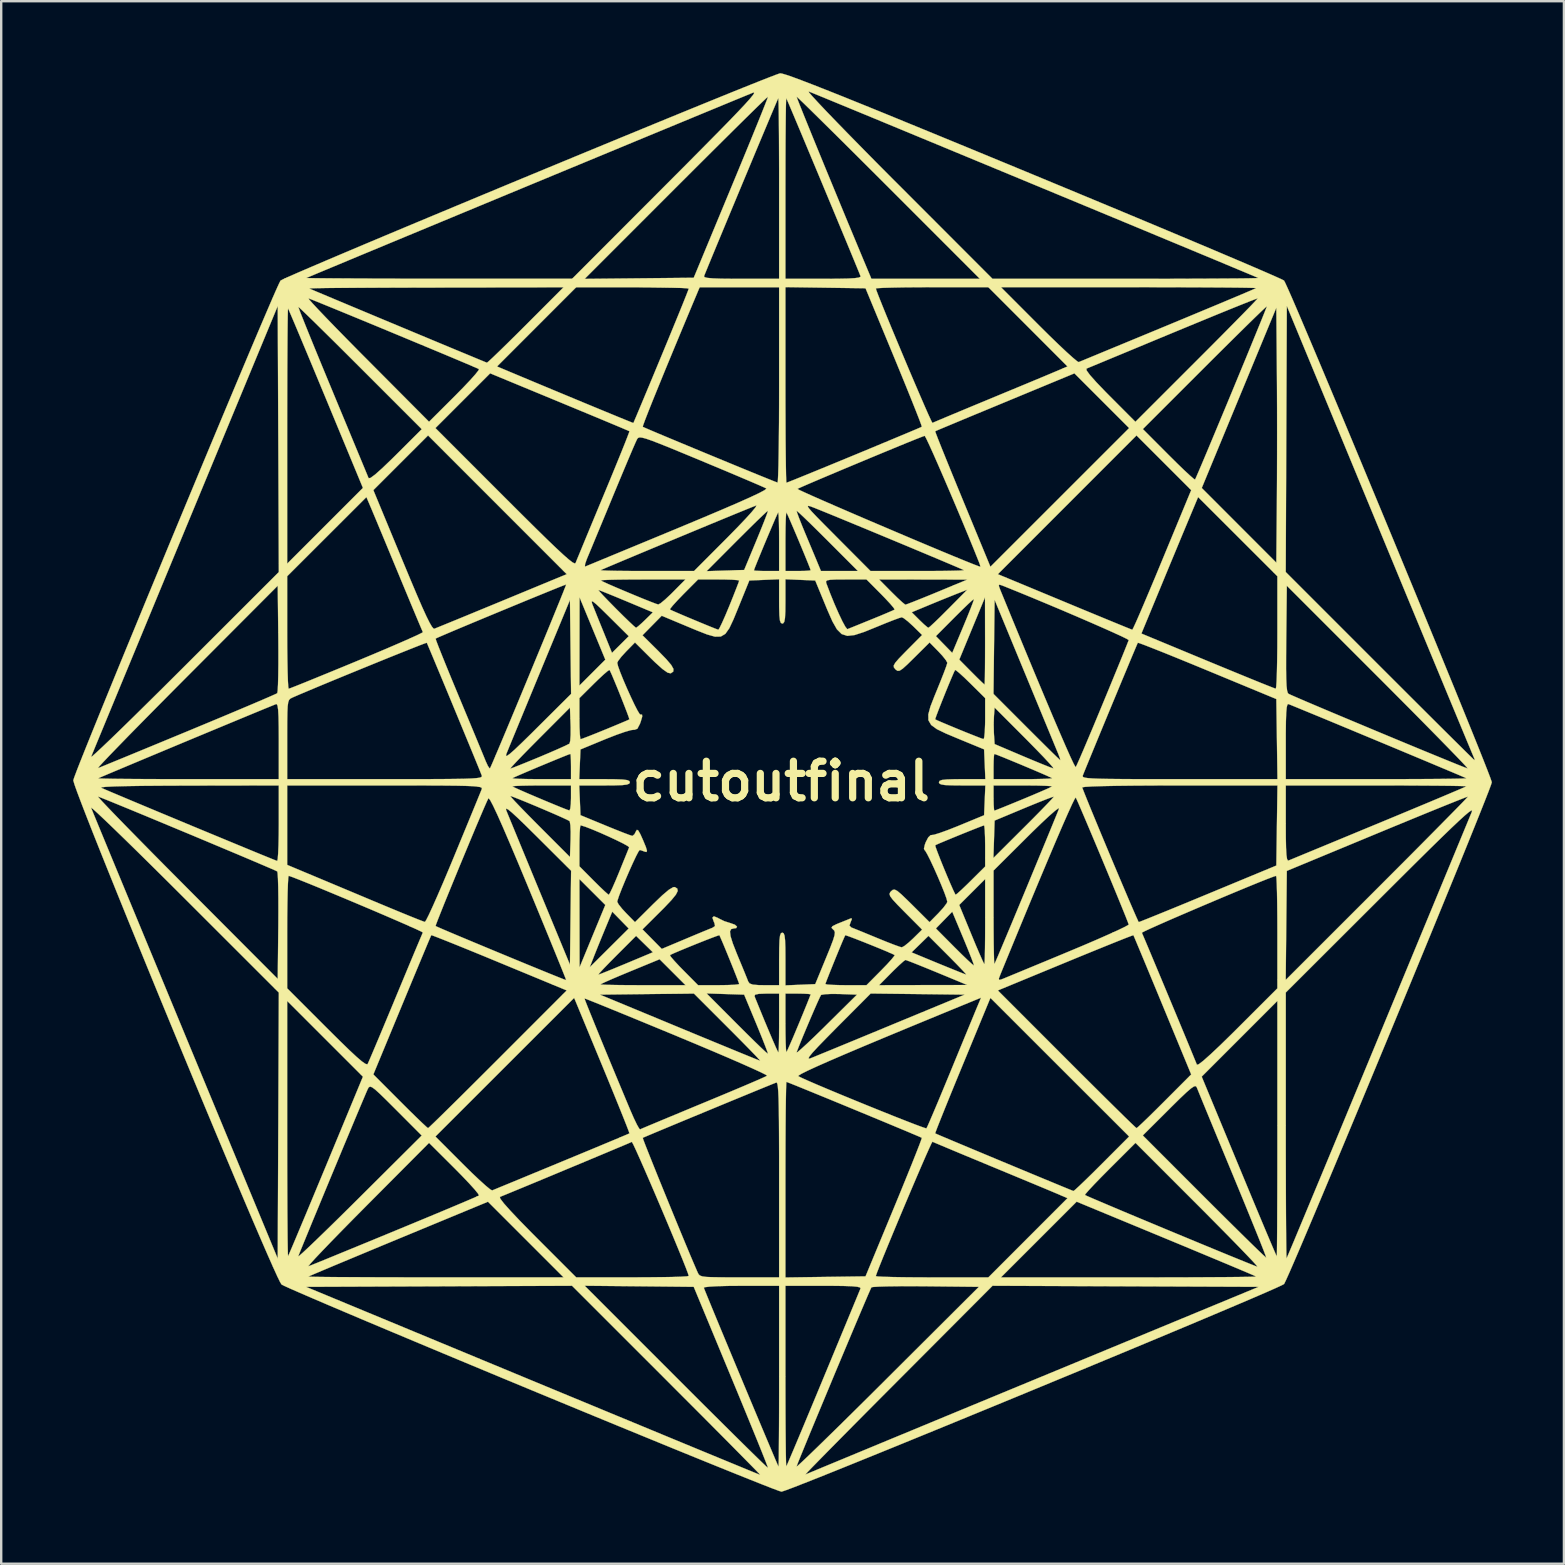
<source format=kicad_pcb>
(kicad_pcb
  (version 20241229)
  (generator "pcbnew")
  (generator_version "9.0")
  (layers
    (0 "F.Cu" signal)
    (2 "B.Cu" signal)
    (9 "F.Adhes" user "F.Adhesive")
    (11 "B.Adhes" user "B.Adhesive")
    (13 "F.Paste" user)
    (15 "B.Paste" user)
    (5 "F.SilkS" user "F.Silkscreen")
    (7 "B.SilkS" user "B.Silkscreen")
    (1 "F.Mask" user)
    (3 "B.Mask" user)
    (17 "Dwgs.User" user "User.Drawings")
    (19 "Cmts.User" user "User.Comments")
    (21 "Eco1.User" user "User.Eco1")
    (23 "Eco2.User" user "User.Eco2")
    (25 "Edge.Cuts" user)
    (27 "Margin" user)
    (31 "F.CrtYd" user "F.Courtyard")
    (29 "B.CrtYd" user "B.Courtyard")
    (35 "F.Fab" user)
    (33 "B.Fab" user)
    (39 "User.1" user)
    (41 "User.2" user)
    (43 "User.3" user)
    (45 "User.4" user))
  (footprint "cutoutfinal"
    (layer "F.Cu")
    (at 29.498 29.499)
    (property "Reference" "cutoutfinal" (at 0 0 0) (layer "F.SilkS") (effects (font (size 1.524 1.524) (thickness 0.3))))
    (attr through_hole)
    (fp_poly (pts (xy 0.04 -29.481) (xy 0.21 -29.431) (xy 0.472 -29.341) (xy 0.831 -29.208) (xy 1.294 -29.03) (xy 1.867 -28.805) (xy 2.556 -28.531) (xy 3.366 -28.204) (xy 4.304 -27.823) (xy 5.375 -27.384) (xy 6.586 -26.887) (xy 7.943 -26.328) (xy 9.452 -25.705) (xy 10.51 -25.267) (xy 11.79 -24.736) (xy 13.027 -24.222) (xy 14.209 -23.73) (xy 15.329 -23.262) (xy 16.376 -22.823) (xy 17.34 -22.418) (xy 18.211 -22.05) (xy 18.98 -21.724) (xy 19.637 -21.443) (xy 20.171 -21.213) (xy 20.574 -21.036) (xy 20.836 -20.918) (xy 20.946 -20.862) (xy 20.948 -20.86) (xy 21 -20.761) (xy 21.114 -20.511) (xy 21.285 -20.123) (xy 21.507 -19.608) (xy 21.775 -18.978) (xy 22.086 -18.245) (xy 22.434 -17.421) (xy 22.813 -16.518) (xy 23.22 -15.547) (xy 23.649 -14.52) (xy 24.095 -13.449) (xy 24.553 -12.346) (xy 25.02 -11.223) (xy 25.489 -10.091) (xy 25.955 -8.962) (xy 26.415 -7.849) (xy 26.862 -6.762) (xy 27.293 -5.715) (xy 27.701 -4.718) (xy 28.084 -3.783) (xy 28.434 -2.922) (xy 28.748 -2.148) (xy 29.021 -1.471) (xy 29.247 -0.904) (xy 29.422 -0.459) (xy 29.541 -0.147) (xy 29.599 0.02) (xy 29.604 0.044) (xy 29.571 0.151) (xy 29.475 0.408) (xy 29.321 0.803) (xy 29.114 1.324) (xy 28.859 1.959) (xy 28.561 2.697) (xy 28.224 3.526) (xy 27.853 4.433) (xy 27.454 5.407) (xy 27.032 6.437) (xy 26.59 7.509) (xy 26.135 8.614) (xy 25.67 9.738) (xy 25.202 10.87) (xy 24.734 11.998) (xy 24.272 13.11) (xy 23.82 14.195) (xy 23.384 15.24) (xy 22.968 16.234) (xy 22.577 17.166) (xy 22.217 18.022) (xy 21.891 18.792) (xy 21.606 19.463) (xy 21.365 20.024) (xy 21.174 20.463) (xy 21.037 20.768) (xy 20.96 20.928) (xy 20.947 20.948) (xy 20.845 21.003) (xy 20.593 21.119) (xy 20.203 21.291) (xy 19.685 21.515) (xy 19.053 21.785) (xy 18.319 22.096) (xy 17.492 22.445) (xy 16.587 22.825) (xy 15.614 23.232) (xy 14.585 23.661) (xy 13.513 24.107) (xy 12.408 24.566) (xy 11.283 25.031) (xy 10.15 25.5) (xy 9.02 25.966) (xy 7.906 26.424) (xy 6.818 26.871) (xy 5.769 27.3) (xy 4.771 27.708) (xy 3.836 28.088) (xy 2.975 28.437) (xy 2.2 28.75) (xy 1.523 29.021) (xy 0.956 29.245) (xy 0.511 29.419) (xy 0.199 29.536) (xy 0.032 29.592) (xy 0.009 29.597) (xy -0.099 29.563) (xy -0.359 29.466) (xy -0.76 29.309) (xy -1.294 29.097) (xy -1.95 28.834) (xy -2.718 28.524) (xy -3.588 28.171) (xy -4.55 27.779) (xy -5.594 27.351) (xy -6.711 26.893) (xy -7.891 26.407) (xy -9.123 25.898) (xy -10.397 25.371) (xy -10.423 25.36) (xy -11.698 24.831) (xy -12.93 24.318) (xy -14.11 23.826) (xy -15.226 23.359) (xy -16.27 22.921) (xy -17.232 22.517) (xy -18.101 22.149) (xy -18.867 21.824) (xy -19.521 21.544) (xy -20.053 21.314) (xy -20.453 21.139) (xy -20.617 21.064) (xy -19.798 21.064) (xy -10.359 24.979) (xy -9.136 25.486) (xy -7.959 25.973) (xy -6.838 26.438) (xy -5.782 26.875) (xy -4.802 27.281) (xy -3.907 27.651) (xy -3.108 27.981) (xy -2.415 28.267) (xy -1.838 28.505) (xy -1.387 28.691) (xy -1.072 28.82) (xy -0.903 28.888) (xy -0.876 28.898) (xy -0.889 28.883) (xy 1.007 28.883) (xy 1.098 28.845) (xy 1.341 28.744) (xy 1.725 28.584) (xy 2.24 28.371) (xy 2.876 28.107) (xy 3.624 27.797) (xy 4.472 27.445) (xy 5.411 27.057) (xy 6.43 26.634) (xy 7.52 26.183) (xy 8.669 25.708) (xy 9.869 25.211) (xy 10.493 24.953) (xy 19.891 21.064) (xy 14.348 21.042) (xy 8.804 21.019) (xy 4.862 24.973) (xy 4.179 25.658) (xy 3.536 26.305) (xy 2.943 26.903) (xy 2.411 27.441) (xy 1.949 27.909) (xy 1.568 28.297) (xy 1.277 28.595) (xy 1.087 28.793) (xy 1.008 28.88) (xy 1.007 28.883) (xy -0.889 28.883) (xy -0.929 28.839) (xy -1.095 28.666) (xy -1.365 28.391) (xy -1.728 28.023) (xy -2.173 27.572) (xy -2.692 27.05) (xy -3.273 26.465) (xy -3.907 25.83) (xy -4.582 25.154) (xy -4.774 24.961) (xy -8.716 21.019) (xy -14.257 21.042) (xy -19.798 21.064) (xy -20.617 21.064) (xy -20.711 21.021) (xy -20.717 21.018) (xy -8.189 21.018) (xy -4.383 24.826) (xy -3.709 25.5) (xy -3.072 26.135) (xy -2.483 26.72) (xy -1.953 27.246) (xy -1.492 27.701) (xy -1.11 28.076) (xy -0.82 28.358) (xy -0.63 28.54) (xy -0.553 28.608) (xy -0.552 28.608) (xy -0.579 28.525) (xy -0.667 28.296) (xy -0.81 27.937) (xy -1 27.465) (xy -1.233 26.895) (xy -1.5 26.243) (xy -1.795 25.526) (xy -2.086 24.824) (xy -3.63 21.101) (xy -3.226 21.101) (xy -3.169 21.245) (xy -3.056 21.522) (xy -2.895 21.914) (xy -2.694 22.401) (xy -2.461 22.963) (xy -2.204 23.581) (xy -1.932 24.235) (xy -1.652 24.906) (xy -1.373 25.574) (xy -1.102 26.221) (xy -0.848 26.826) (xy -0.619 27.37) (xy -0.423 27.834) (xy -0.269 28.199) (xy -0.164 28.444) (xy -0.116 28.55) (xy -0.114 28.553) (xy 0.636 28.553) (xy 0.688 28.517) (xy 0.853 28.366) (xy 1.121 28.112) (xy 1.482 27.764) (xy 1.925 27.332) (xy 2.441 26.827) (xy 3.017 26.259) (xy 3.645 25.638) (xy 4.313 24.973) (xy 4.412 24.874) (xy 8.234 21.064) (xy 6.028 21.041) (xy 5.423 21.037) (xy 4.876 21.039) (xy 4.412 21.045) (xy 4.054 21.056) (xy 3.828 21.07) (xy 3.758 21.085) (xy 3.716 21.173) (xy 3.615 21.403) (xy 3.464 21.756) (xy 3.27 22.212) (xy 3.042 22.751) (xy 2.789 23.353) (xy 2.517 24) (xy 2.236 24.67) (xy 1.955 25.346) (xy 1.68 26.006) (xy 1.42 26.631) (xy 1.183 27.202) (xy 0.979 27.699) (xy 0.814 28.103) (xy 0.697 28.393) (xy 0.637 28.55) (xy 0.636 28.553) (xy -0.114 28.553) (xy -0.108 28.468) (xy -0.103 28.227) (xy -0.099 27.845) (xy -0.095 27.342) (xy -0.091 26.736) (xy -0.089 26.044) (xy -0.088 25.284) (xy -0.088 24.787) (xy -0.088 21.021) (xy 0.175 21.021) (xy 0.175 24.801) (xy 0.176 25.595) (xy 0.178 26.33) (xy 0.182 26.989) (xy 0.187 27.555) (xy 0.192 28.009) (xy 0.199 28.336) (xy 0.206 28.516) (xy 0.211 28.546) (xy 0.251 28.46) (xy 0.351 28.228) (xy 0.504 27.868) (xy 0.703 27.395) (xy 0.942 26.825) (xy 1.213 26.175) (xy 1.51 25.462) (xy 1.754 24.874) (xy 2.067 24.12) (xy 2.359 23.414) (xy 2.625 22.773) (xy 2.857 22.213) (xy 3.047 21.753) (xy 3.19 21.407) (xy 3.278 21.194) (xy 3.304 21.13) (xy 3.282 21.09) (xy 3.168 21.06) (xy 2.943 21.039) (xy 2.589 21.027) (xy 2.088 21.021) (xy 1.761 21.021) (xy 0.175 21.021) (xy -0.088 21.021) (xy -1.671 21.021) (xy -2.207 21.025) (xy -2.653 21.037) (xy -2.984 21.055) (xy -3.181 21.079) (xy -3.226 21.101) (xy -3.63 21.101) (xy -3.645 21.064) (xy -5.917 21.041) (xy -8.189 21.018) (xy -20.717 21.018) (xy -20.818 20.967) (xy -20.818 20.966) (xy -20.882 20.86) (xy -20.99 20.636) (xy -19.7 20.636) (xy -19.621 20.642) (xy -19.382 20.648) (xy -18.998 20.653) (xy -18.484 20.658) (xy -17.853 20.662) (xy -17.122 20.666) (xy -16.305 20.668) (xy -15.418 20.67) (xy -14.474 20.67) (xy -14.401 20.67) (xy -9.066 20.67) (xy -12.218 17.518) (xy -15.941 19.06) (xy -16.701 19.375) (xy -17.411 19.671) (xy -18.054 19.939) (xy -18.614 20.173) (xy -19.075 20.367) (xy -19.42 20.513) (xy -19.633 20.605) (xy -19.7 20.636) (xy -20.99 20.636) (xy -21.006 20.603) (xy -21.186 20.208) (xy -21.186 20.207) (xy -19.696 20.207) (xy -19.587 20.164) (xy -19.333 20.062) (xy -18.953 19.907) (xy -18.464 19.706) (xy -17.882 19.467) (xy -17.227 19.198) (xy -16.514 18.904) (xy -16.105 18.735) (xy -15.372 18.432) (xy -14.69 18.149) (xy -14.074 17.892) (xy -13.543 17.669) (xy -13.113 17.487) (xy -12.802 17.354) (xy -12.724 17.319) (xy -11.723 17.319) (xy -11.702 17.395) (xy -11.556 17.586) (xy -11.289 17.886) (xy -10.905 18.293) (xy -10.408 18.801) (xy -10.191 19.019) (xy -8.541 20.67) (xy -6.198 20.67) (xy -5.577 20.668) (xy -5.019 20.662) (xy -4.545 20.653) (xy -4.177 20.641) (xy -3.939 20.627) (xy -3.854 20.611) (xy -3.854 20.611) (xy -3.886 20.503) (xy -3.978 20.26) (xy -4.119 19.906) (xy -4.3 19.463) (xy -4.511 18.953) (xy -4.743 18.398) (xy -4.987 17.821) (xy -5.233 17.243) (xy -5.471 16.689) (xy -5.693 16.178) (xy -5.888 15.735) (xy -6.047 15.381) (xy -6.161 15.138) (xy -6.22 15.029) (xy -6.226 15.025) (xy -6.314 15.064) (xy -6.541 15.161) (xy -6.885 15.305) (xy -7.322 15.489) (xy -7.831 15.702) (xy -8.388 15.935) (xy -8.972 16.178) (xy -9.558 16.423) (xy -10.125 16.659) (xy -10.651 16.877) (xy -11.111 17.067) (xy -11.484 17.221) (xy -11.723 17.319) (xy -12.724 17.319) (xy -12.625 17.275) (xy -12.592 17.258) (xy -12.63 17.183) (xy -12.774 17.005) (xy -13.007 16.748) (xy -13.309 16.431) (xy -13.6 16.135) (xy -14.673 15.066) (xy -17.255 17.66) (xy -17.801 18.211) (xy -18.302 18.72) (xy -18.744 19.174) (xy -19.116 19.561) (xy -19.407 19.868) (xy -19.604 20.084) (xy -19.695 20.195) (xy -19.696 20.207) (xy -21.186 20.207) (xy -21.417 19.686) (xy -21.693 19.049) (xy -22.011 18.31) (xy -22.365 17.479) (xy -22.75 16.569) (xy -23.161 15.592) (xy -23.594 14.559) (xy -24.043 13.482) (xy -24.504 12.374) (xy -24.972 11.245) (xy -25.441 10.109) (xy -25.908 8.976) (xy -26.366 7.858) (xy -26.812 6.768) (xy -27.241 5.717) (xy -27.646 4.717) (xy -28.024 3.78) (xy -28.37 2.918) (xy -28.679 2.142) (xy -28.945 1.465) (xy -29.085 1.103) (xy -28.754 1.103) (xy -28.712 1.206) (xy -28.607 1.461) (xy -28.444 1.857) (xy -28.226 2.384) (xy -27.959 3.031) (xy -27.646 3.788) (xy -27.291 4.645) (xy -26.9 5.59) (xy -26.476 6.615) (xy -26.023 7.708) (xy -25.546 8.86) (xy -25.049 10.059) (xy -24.831 10.586) (xy -20.977 19.887) (xy -20.977 19.794) (xy -20.123 19.794) (xy -20.073 19.763) (xy -19.912 19.62) (xy -19.652 19.377) (xy -19.306 19.045) (xy -18.886 18.638) (xy -18.405 18.167) (xy -17.875 17.643) (xy -17.573 17.343) (xy -15.019 14.801) (xy -14.407 14.801) (xy -13.269 15.941) (xy -12.904 16.301) (xy -12.577 16.61) (xy -12.311 16.85) (xy -12.126 17.002) (xy -12.043 17.047) (xy -11.944 17.006) (xy -11.703 16.906) (xy -11.338 16.756) (xy -10.868 16.562) (xy -10.314 16.332) (xy -9.693 16.076) (xy -9.153 15.852) (xy -8.496 15.58) (xy -7.893 15.33) (xy -7.361 15.108) (xy -6.92 14.924) (xy -6.757 14.856) (xy -5.77 14.856) (xy -5.744 14.938) (xy -5.66 15.159) (xy -5.526 15.498) (xy -5.353 15.931) (xy -5.15 16.436) (xy -4.924 16.992) (xy -4.686 17.575) (xy -4.445 18.164) (xy -4.21 18.735) (xy -3.989 19.268) (xy -3.793 19.738) (xy -3.629 20.124) (xy -3.508 20.404) (xy -3.477 20.473) (xy -3.441 20.542) (xy -3.387 20.592) (xy -3.29 20.628) (xy -3.127 20.65) (xy -2.873 20.663) (xy -2.502 20.669) (xy -1.991 20.67) (xy -1.738 20.67) (xy -0.088 20.67) (xy -0.088 16.599) (xy 0.175 16.599) (xy 0.175 20.674) (xy 1.844 20.65) (xy 3.513 20.627) (xy 3.516 20.618) (xy 3.941 20.618) (xy 4.025 20.632) (xy 4.261 20.644) (xy 4.628 20.655) (xy 5.101 20.663) (xy 5.659 20.668) (xy 6.278 20.67) (xy 8.629 20.67) (xy 9.153 20.67) (xy 14.489 20.67) (xy 15.436 20.67) (xy 16.329 20.668) (xy 17.151 20.666) (xy 17.889 20.662) (xy 18.528 20.658) (xy 19.051 20.653) (xy 19.446 20.647) (xy 19.696 20.641) (xy 19.787 20.635) (xy 19.787 20.635) (xy 19.701 20.595) (xy 19.47 20.495) (xy 19.109 20.342) (xy 18.634 20.142) (xy 18.062 19.903) (xy 17.41 19.631) (xy 16.693 19.332) (xy 16.029 19.057) (xy 12.308 17.516) (xy 10.731 19.093) (xy 9.153 20.67) (xy 8.629 20.67) (xy 11.926 17.37) (xy 11.615 17.236) (xy 12.653 17.236) (xy 12.741 17.279) (xy 12.97 17.379) (xy 13.322 17.529) (xy 13.775 17.721) (xy 14.31 17.947) (xy 14.907 18.197) (xy 15.545 18.463) (xy 16.204 18.738) (xy 16.865 19.012) (xy 17.506 19.278) (xy 18.109 19.527) (xy 18.653 19.751) (xy 19.118 19.94) (xy 19.483 20.088) (xy 19.729 20.186) (xy 19.836 20.225) (xy 19.838 20.225) (xy 19.797 20.167) (xy 19.644 19.998) (xy 19.391 19.732) (xy 19.052 19.38) (xy 18.637 18.955) (xy 18.159 18.471) (xy 17.632 17.939) (xy 17.342 17.649) (xy 14.76 15.066) (xy 13.689 16.134) (xy 13.342 16.484) (xy 13.046 16.789) (xy 12.82 17.031) (xy 12.684 17.187) (xy 12.653 17.236) (xy 11.615 17.236) (xy 11.503 17.188) (xy 11.313 17.108) (xy 10.986 16.971) (xy 10.547 16.788) (xy 10.022 16.57) (xy 9.435 16.326) (xy 8.813 16.068) (xy 8.715 16.028) (xy 8.112 15.777) (xy 7.562 15.549) (xy 7.086 15.35) (xy 6.705 15.19) (xy 6.439 15.078) (xy 6.309 15.022) (xy 6.3 15.017) (xy 6.259 15.089) (xy 6.161 15.3) (xy 6.015 15.628) (xy 5.83 16.052) (xy 5.617 16.548) (xy 5.384 17.095) (xy 5.141 17.67) (xy 4.897 18.25) (xy 4.662 18.814) (xy 4.445 19.339) (xy 4.255 19.802) (xy 4.102 20.182) (xy 3.995 20.456) (xy 3.944 20.602) (xy 3.941 20.618) (xy 3.516 20.618) (xy 4.702 17.755) (xy 4.976 17.09) (xy 5.225 16.478) (xy 5.444 15.938) (xy 5.623 15.487) (xy 5.757 15.144) (xy 5.837 14.927) (xy 5.857 14.856) (xy 5.77 14.815) (xy 5.544 14.719) (xy 5.429 14.67) (xy 6.414 14.67) (xy 6.499 14.708) (xy 6.723 14.804) (xy 7.065 14.948) (xy 7.501 15.131) (xy 8.009 15.344) (xy 8.568 15.577) (xy 9.154 15.822) (xy 9.746 16.068) (xy 10.32 16.307) (xy 10.855 16.529) (xy 11.329 16.725) (xy 11.718 16.886) (xy 12.001 17.002) (xy 12.154 17.064) (xy 12.176 17.072) (xy 12.249 17.015) (xy 12.425 16.853) (xy 12.684 16.605) (xy 13.005 16.291) (xy 13.357 15.94) (xy 14.494 14.801) (xy 14.45 14.756) (xy 15.064 14.756) (xy 17.622 17.316) (xy 18.172 17.865) (xy 18.683 18.372) (xy 19.141 18.825) (xy 19.534 19.211) (xy 19.849 19.517) (xy 20.072 19.73) (xy 20.191 19.838) (xy 20.207 19.849) (xy 20.18 19.765) (xy 20.093 19.536) (xy 19.952 19.179) (xy 19.763 18.711) (xy 19.534 18.148) (xy 19.272 17.506) (xy 18.983 16.804) (xy 18.804 16.371) (xy 18.498 15.633) (xy 18.212 14.942) (xy 17.953 14.314) (xy 17.727 13.767) (xy 17.543 13.32) (xy 17.408 12.989) (xy 17.328 12.793) (xy 17.31 12.749) (xy 17.272 12.702) (xy 17.201 12.712) (xy 17.078 12.792) (xy 16.887 12.956) (xy 16.611 13.217) (xy 16.234 13.589) (xy 16.156 13.668) (xy 15.064 14.756) (xy 14.45 14.756) (xy 11.604 11.913) (xy 8.715 9.025) (xy 7.553 11.839) (xy 7.282 12.496) (xy 7.035 13.1) (xy 6.819 13.632) (xy 6.642 14.073) (xy 6.51 14.406) (xy 6.433 14.61) (xy 6.414 14.67) (xy 5.429 14.67) (xy 5.201 14.574) (xy 4.764 14.392) (xy 4.257 14.18) (xy 3.701 13.95) (xy 3.119 13.709) (xy 2.534 13.467) (xy 1.968 13.234) (xy 1.445 13.02) (xy 0.986 12.832) (xy 0.615 12.681) (xy 0.354 12.577) (xy 0.226 12.527) (xy 0.217 12.525) (xy 0.209 12.61) (xy 0.201 12.852) (xy 0.194 13.236) (xy 0.187 13.743) (xy 0.182 14.356) (xy 0.178 15.059) (xy 0.176 15.834) (xy 0.175 16.599) (xy -0.088 16.599) (xy -0.088 16.588) (xy -0.088 15.619) (xy -0.091 14.812) (xy -0.095 14.153) (xy -0.102 13.629) (xy -0.111 13.225) (xy -0.124 12.93) (xy -0.141 12.729) (xy -0.161 12.609) (xy -0.186 12.556) (xy -0.207 12.552) (xy -0.36 12.613) (xy -0.642 12.728) (xy -1.029 12.886) (xy -1.499 13.08) (xy -2.029 13.298) (xy -2.597 13.533) (xy -3.179 13.774) (xy -3.754 14.012) (xy -4.298 14.238) (xy -4.79 14.443) (xy -5.205 14.616) (xy -5.521 14.749) (xy -5.716 14.832) (xy -5.77 14.856) (xy -6.757 14.856) (xy -6.588 14.784) (xy -6.384 14.698) (xy -6.325 14.671) (xy -6.351 14.588) (xy -6.437 14.362) (xy -6.576 14.011) (xy -6.76 13.554) (xy -6.981 13.01) (xy -7.232 12.397) (xy -7.463 11.837) (xy -8.618 9.047) (xy -8.197 9.047) (xy -8.169 9.13) (xy -8.081 9.355) (xy -7.941 9.702) (xy -7.758 10.153) (xy -7.54 10.687) (xy -7.294 11.285) (xy -7.028 11.928) (xy -6.75 12.596) (xy -6.469 13.269) (xy -6.295 13.685) (xy -6.144 14.031) (xy -6.013 14.303) (xy -5.919 14.468) (xy -5.881 14.504) (xy -5.789 14.463) (xy -5.555 14.364) (xy -5.198 14.215) (xy -4.739 14.023) (xy -4.197 13.798) (xy -3.592 13.546) (xy -3.241 13.401) (xy -2.608 13.138) (xy -2.028 12.895) (xy -1.519 12.68) (xy -1.101 12.501) (xy -0.796 12.367) (xy -0.624 12.288) (xy 0.712 12.288) (xy 0.852 12.358) (xy 1.122 12.479) (xy 1.498 12.642) (xy 1.958 12.836) (xy 2.478 13.053) (xy 3.035 13.282) (xy 3.606 13.515) (xy 4.168 13.742) (xy 4.696 13.954) (xy 5.169 14.14) (xy 5.563 14.293) (xy 5.855 14.401) (xy 6.021 14.457) (xy 6.05 14.461) (xy 6.096 14.369) (xy 6.198 14.136) (xy 6.349 13.783) (xy 6.541 13.329) (xy 6.763 12.795) (xy 7.008 12.204) (xy 7.074 12.043) (xy 7.329 11.423) (xy 7.569 10.84) (xy 7.784 10.319) (xy 7.964 9.884) (xy 8.098 9.558) (xy 8.178 9.366) (xy 8.186 9.348) (xy 8.325 9.017) (xy 8.038 9.135) (xy 6.65 9.705) (xy 5.42 10.213) (xy 4.343 10.66) (xy 3.416 11.048) (xy 2.633 11.38) (xy 1.991 11.657) (xy 1.484 11.881) (xy 1.107 12.055) (xy 0.857 12.179) (xy 0.729 12.257) (xy 0.712 12.288) (xy -0.624 12.288) (xy -0.621 12.287) (xy -0.588 12.268) (xy -0.653 12.223) (xy -0.864 12.118) (xy -1.206 11.961) (xy -1.665 11.757) (xy -2.223 11.514) (xy -2.867 11.239) (xy -3.581 10.938) (xy -4.349 10.618) (xy -4.351 10.616) (xy -5.122 10.298) (xy -5.841 10.001) (xy -6.493 9.733) (xy -7.063 9.5) (xy -7.534 9.308) (xy -7.89 9.165) (xy -8.117 9.075) (xy -8.197 9.047) (xy -8.618 9.047) (xy -8.627 9.025) (xy -14.407 14.801) (xy -15.019 14.801) (xy -14.978 14.76) (xy -16.048 13.687) (xy -16.436 13.3) (xy -16.719 13.024) (xy -16.916 12.845) (xy -17.047 12.749) (xy -17.129 12.722) (xy -17.182 12.75) (xy -17.22 12.81) (xy -17.271 12.925) (xy -17.38 13.181) (xy -17.539 13.556) (xy -17.738 14.03) (xy -17.969 14.583) (xy -18.224 15.192) (xy -18.492 15.837) (xy -18.767 16.497) (xy -19.038 17.151) (xy -19.297 17.778) (xy -19.537 18.356) (xy -19.746 18.866) (xy -19.918 19.285) (xy -20.044 19.593) (xy -20.113 19.769) (xy -20.123 19.794) (xy -20.977 19.794) (xy -20.955 14.489) (xy -20.583 14.489) (xy -20.582 15.436) (xy -20.581 16.329) (xy -20.578 17.151) (xy -20.575 17.889) (xy -20.57 18.528) (xy -20.566 19.051) (xy -20.56 19.446) (xy -20.554 19.696) (xy -20.548 19.787) (xy -20.548 19.787) (xy -20.508 19.701) (xy -20.408 19.47) (xy -20.255 19.109) (xy -20.056 18.634) (xy -19.816 18.063) (xy -19.544 17.41) (xy -19.246 16.693) (xy -18.97 16.03) (xy -17.428 12.308) (xy -17.522 12.214) (xy -16.993 12.214) (xy -15.877 13.333) (xy -15.518 13.691) (xy -15.201 14.001) (xy -14.948 14.244) (xy -14.779 14.401) (xy -14.715 14.452) (xy -14.646 14.392) (xy -14.466 14.22) (xy -14.186 13.948) (xy -13.821 13.589) (xy -13.381 13.155) (xy -12.88 12.657) (xy -12.33 12.109) (xy -11.803 11.583) (xy -9.112 8.89) (xy -7.554 8.89) (xy -4.237 10.266) (xy -3.52 10.563) (xy -2.855 10.838) (xy -2.257 11.084) (xy -1.745 11.295) (xy -1.336 11.462) (xy -1.047 11.579) (xy -0.895 11.639) (xy -0.876 11.645) (xy -0.923 11.588) (xy -0.965 11.543) (xy 1.136 11.543) (xy 1.174 11.557) (xy 1.226 11.54) (xy 1.375 11.48) (xy 1.666 11.36) (xy 2.079 11.191) (xy 2.593 10.979) (xy 3.189 10.733) (xy 3.847 10.461) (xy 4.546 10.172) (xy 4.588 10.154) (xy 7.643 8.89) (xy 5.685 8.866) (xy 3.727 8.843) (xy 2.323 10.252) (xy 1.871 10.71) (xy 1.535 11.056) (xy 1.307 11.303) (xy 1.177 11.462) (xy 1.136 11.543) (xy -0.965 11.543) (xy -1.076 11.424) (xy -1.321 11.171) (xy -1.639 10.846) (xy -2.015 10.467) (xy -2.236 10.246) (xy -3.639 8.843) (xy -7.554 8.89) (xy -9.112 8.89) (xy -9.062 8.84) (xy -3.109 8.84) (xy -1.844 10.11) (xy -1.462 10.491) (xy -1.124 10.824) (xy -0.849 11.09) (xy -0.654 11.273) (xy -0.56 11.354) (xy -0.554 11.356) (xy -0.577 11.271) (xy -0.658 11.054) (xy -0.784 10.732) (xy -0.945 10.334) (xy -1.037 10.111) (xy -1.518 8.955) (xy -1.114 8.955) (xy -1.113 8.956) (xy -0.909 9.459) (xy -0.708 9.949) (xy -0.519 10.4) (xy -0.355 10.786) (xy -0.226 11.081) (xy -0.144 11.258) (xy -0.12 11.299) (xy 0.637 11.299) (xy 0.682 11.28) (xy 0.832 11.153) (xy 1.072 10.934) (xy 1.383 10.639) (xy 1.749 10.283) (xy 1.873 10.16) (xy 3.156 8.89) (xy 2.44 8.864) (xy 2.1 8.86) (xy 1.829 8.873) (xy 1.674 8.898) (xy 1.657 8.908) (xy 1.606 9.004) (xy 1.504 9.227) (xy 1.365 9.543) (xy 1.205 9.915) (xy 1.038 10.309) (xy 0.879 10.69) (xy 0.744 11.023) (xy 0.647 11.272) (xy 0.637 11.299) (xy -0.12 11.299) (xy -0.108 11.216) (xy -0.098 10.99) (xy -0.091 10.651) (xy -0.088 10.232) (xy -0.088 10.072) (xy -0.088 8.846) (xy 0.175 8.846) (xy 0.175 10.087) (xy 0.178 10.526) (xy 0.185 10.891) (xy 0.197 11.152) (xy 0.21 11.28) (xy 0.216 11.287) (xy 0.263 11.195) (xy 0.363 10.971) (xy 0.504 10.646) (xy 0.671 10.248) (xy 0.742 10.079) (xy 0.914 9.662) (xy 1.059 9.306) (xy 1.165 9.041) (xy 1.221 8.897) (xy 1.226 8.879) (xy 1.147 8.862) (xy 0.94 8.85) (xy 0.701 8.846) (xy 0.175 8.846) (xy -0.088 8.846) (xy -0.622 8.846) (xy -0.931 8.857) (xy -1.087 8.891) (xy -1.114 8.955) (xy -1.518 8.955) (xy -1.545 8.89) (xy -2.327 8.865) (xy -3.109 8.84) (xy -9.062 8.84) (xy -8.937 8.715) (xy 9.025 8.715) (xy 11.891 11.583) (xy 12.475 12.167) (xy 13.021 12.71) (xy 13.516 13.202) (xy 13.949 13.629) (xy 14.306 13.98) (xy 14.576 14.242) (xy 14.746 14.403) (xy 14.803 14.452) (xy 14.876 14.393) (xy 15.052 14.229) (xy 15.311 13.98) (xy 15.631 13.665) (xy 15.964 13.333) (xy 16.989 12.306) (xy 17.518 12.306) (xy 19.07 16.05) (xy 19.386 16.811) (xy 19.681 17.521) (xy 19.949 18.162) (xy 20.183 18.72) (xy 20.377 19.178) (xy 20.523 19.52) (xy 20.615 19.731) (xy 20.646 19.794) (xy 20.65 19.709) (xy 20.654 19.464) (xy 20.658 19.074) (xy 20.662 18.554) (xy 20.664 17.918) (xy 20.667 17.183) (xy 20.669 16.363) (xy 20.67 15.473) (xy 20.67 14.528) (xy 20.67 14.474) (xy 20.67 9.153) (xy 19.094 10.73) (xy 17.518 12.306) (xy 16.989 12.306) (xy 17.08 12.215) (xy 15.886 9.326) (xy 15.61 8.659) (xy 15.355 8.045) (xy 15.13 7.503) (xy 14.941 7.05) (xy 14.797 6.706) (xy 14.705 6.487) (xy 14.672 6.414) (xy 14.59 6.441) (xy 14.364 6.527) (xy 14.014 6.666) (xy 13.557 6.85) (xy 13.013 7.071) (xy 12.399 7.322) (xy 11.839 7.553) (xy 9.025 8.715) (xy -8.937 8.715) (xy -9.543 8.464) (xy -7.532 8.464) (xy -7.449 8.473) (xy -7.217 8.482) (xy -6.861 8.489) (xy -6.409 8.494) (xy -5.886 8.496) (xy -5.76 8.496) (xy -3.987 8.496) (xy -4.527 7.956) (xy -5.067 7.416) (xy -6.3 7.924) (xy -6.726 8.101) (xy -7.089 8.256) (xy -7.359 8.376) (xy -7.51 8.449) (xy -7.532 8.464) (xy -9.543 8.464) (xy -11.749 7.551) (xy -12.406 7.279) (xy -13.01 7.032) (xy -13.542 6.816) (xy -13.983 6.639) (xy -14.315 6.508) (xy -14.52 6.43) (xy -14.581 6.412) (xy -14.617 6.496) (xy -14.714 6.723) (xy -14.861 7.076) (xy -15.053 7.536) (xy -15.281 8.083) (xy -15.538 8.702) (xy -15.797 9.326) (xy -16.993 12.214) (xy -17.522 12.214) (xy -20.583 9.153) (xy -20.583 14.489) (xy -20.955 14.489) (xy -20.954 14.345) (xy -20.932 8.804) (xy -24.877 4.862) (xy -25.56 4.181) (xy -26.204 3.543) (xy -26.798 2.957) (xy -27.332 2.434) (xy -27.796 1.984) (xy -28.18 1.615) (xy -28.474 1.338) (xy -28.668 1.162) (xy -28.752 1.099) (xy -28.754 1.103) (xy -29.085 1.103) (xy -29.164 0.898) (xy -29.263 0.635) (xy -28.466 0.635) (xy -28.429 0.687) (xy -28.278 0.853) (xy -28.024 1.121) (xy -27.676 1.482) (xy -27.245 1.925) (xy -26.74 2.44) (xy -26.172 3.017) (xy -25.55 3.645) (xy -24.885 4.313) (xy -24.787 4.412) (xy -20.977 8.234) (xy -20.956 6.278) (xy -20.583 6.278) (xy -20.583 8.626) (xy -18.943 10.267) (xy -18.421 10.785) (xy -18.009 11.186) (xy -17.696 11.478) (xy -17.472 11.67) (xy -17.326 11.772) (xy -17.247 11.794) (xy -17.232 11.781) (xy -17.182 11.671) (xy -17.074 11.42) (xy -16.916 11.047) (xy -16.716 10.573) (xy -16.484 10.018) (xy -16.227 9.402) (xy -16.062 9.004) (xy -15.796 8.364) (xy -15.552 7.777) (xy -15.337 7.262) (xy -15.159 6.838) (xy -15.027 6.525) (xy -14.949 6.342) (xy -14.931 6.302) (xy -15.002 6.26) (xy -15.212 6.161) (xy -15.503 6.031) (xy -14.4 6.031) (xy -14.316 6.071) (xy -14.094 6.168) (xy -13.756 6.312) (xy -13.326 6.493) (xy -12.826 6.702) (xy -12.279 6.93) (xy -11.708 7.167) (xy -11.136 7.404) (xy -10.586 7.631) (xy -10.08 7.838) (xy -9.642 8.017) (xy -9.295 8.157) (xy -9.06 8.25) (xy -8.962 8.285) (xy -8.96 8.285) (xy -8.989 8.204) (xy -9.048 8.055) (xy -7.62 8.055) (xy -7.619 8.058) (xy -7.527 8.026) (xy -7.304 7.938) (xy -6.981 7.807) (xy -6.588 7.644) (xy -6.462 7.592) (xy -5.631 7.244) (xy -4.637 7.244) (xy -4.597 7.315) (xy -4.455 7.48) (xy -4.239 7.713) (xy -4.07 7.885) (xy -3.464 8.496) (xy -2.608 8.496) (xy -2.245 8.491) (xy -1.958 8.479) (xy -1.785 8.46) (xy -1.752 8.447) (xy -1.783 8.353) (xy -1.866 8.137) (xy -1.985 7.836) (xy -2.124 7.491) (xy -2.268 7.138) (xy -2.4 6.818) (xy -2.506 6.57) (xy -2.568 6.43) (xy -2.578 6.414) (xy -2.66 6.438) (xy -2.867 6.514) (xy -3.159 6.627) (xy -3.501 6.763) (xy -3.854 6.906) (xy -4.181 7.041) (xy -4.445 7.153) (xy -4.607 7.227) (xy -4.637 7.244) (xy -5.631 7.244) (xy -5.348 7.125) (xy -6.047 6.442) (xy -6.855 7.25) (xy -7.151 7.549) (xy -7.392 7.798) (xy -7.555 7.975) (xy -7.62 8.055) (xy -9.048 8.055) (xy -9.079 7.977) (xy -9.223 7.62) (xy -9.415 7.148) (xy -9.648 6.578) (xy -9.916 5.925) (xy -10.213 5.204) (xy -10.532 4.433) (xy -10.533 4.43) (xy -10.948 3.434) (xy -11.302 2.597) (xy -11.594 1.918) (xy -11.828 1.392) (xy -11.929 1.178) (xy -11.467 1.178) (xy -11.451 1.226) (xy -11.39 1.375) (xy -11.27 1.667) (xy -11.1 2.079) (xy -10.888 2.594) (xy -10.642 3.19) (xy -10.371 3.847) (xy -10.082 4.546) (xy -10.065 4.587) (xy -8.802 7.642) (xy -8.779 5.684) (xy -8.759 4.075) (xy -8.408 4.075) (xy -8.405 5.913) (xy -8.402 7.751) (xy -7.98 7.751) (xy -6.355 6.135) (xy -6.697 5.784) (xy -7.04 5.433) (xy -7.339 6.154) (xy -7.501 6.547) (xy -7.66 6.939) (xy -7.788 7.258) (xy -7.809 7.313) (xy -7.98 7.751) (xy -8.402 7.751) (xy -7.866 6.452) (xy -7.329 5.153) (xy -7.869 4.614) (xy -8.408 4.075) (xy -8.759 4.075) (xy -8.755 3.727) (xy -10.165 2.323) (xy -10.623 1.87) (xy -10.97 1.535) (xy -11.217 1.307) (xy -11.375 1.177) (xy -11.455 1.137) (xy -11.467 1.178) (xy -11.929 1.178) (xy -12.005 1.017) (xy -12.125 0.79) (xy -12.19 0.707) (xy -12.2 0.711) (xy -12.257 0.828) (xy -12.368 1.078) (xy -12.522 1.438) (xy -12.712 1.885) (xy -12.926 2.396) (xy -13.155 2.947) (xy -13.391 3.515) (xy -13.622 4.077) (xy -13.84 4.61) (xy -14.036 5.09) (xy -14.198 5.495) (xy -14.319 5.802) (xy -14.388 5.986) (xy -14.4 6.031) (xy -15.503 6.031) (xy -15.54 6.014) (xy -15.964 5.829) (xy -16.459 5.615) (xy -17.005 5.381) (xy -17.58 5.138) (xy -18.159 4.894) (xy -18.723 4.659) (xy -19.247 4.441) (xy -19.71 4.252) (xy -20.089 4.1) (xy -20.362 3.994) (xy -20.507 3.944) (xy -20.522 3.941) (xy -20.538 4.025) (xy -20.552 4.261) (xy -20.565 4.628) (xy -20.574 5.101) (xy -20.581 5.659) (xy -20.583 6.278) (xy -20.956 6.278) (xy -20.953 6.028) (xy -20.95 5.423) (xy -20.951 4.876) (xy -20.957 4.411) (xy -20.968 4.054) (xy -20.983 3.827) (xy -20.997 3.757) (xy -21.085 3.714) (xy -21.316 3.613) (xy -21.669 3.462) (xy -22.124 3.268) (xy -22.663 3.04) (xy -23.266 2.787) (xy -23.913 2.515) (xy -24.583 2.234) (xy -25.259 1.953) (xy -25.919 1.678) (xy -26.544 1.418) (xy -27.115 1.182) (xy -27.612 0.978) (xy -28.015 0.813) (xy -28.305 0.697) (xy -28.461 0.637) (xy -28.466 0.635) (xy -29.263 0.635) (xy -29.332 0.453) (xy -29.397 0.271) (xy -28.334 0.271) (xy -28.199 0.33) (xy -27.929 0.446) (xy -27.542 0.609) (xy -27.06 0.812) (xy -26.501 1.046) (xy -25.886 1.303) (xy -25.234 1.574) (xy -24.566 1.853) (xy -23.9 2.129) (xy -23.258 2.395) (xy -22.659 2.643) (xy -22.122 2.865) (xy -21.668 3.052) (xy -21.316 3.195) (xy -21.086 3.288) (xy -20.999 3.321) (xy -20.978 3.24) (xy -20.96 3.012) (xy -20.945 2.664) (xy -20.936 2.222) (xy -20.933 1.752) (xy -20.933 0.175) (xy -20.583 0.175) (xy -20.583 3.484) (xy -19.729 3.842) (xy -19.396 3.981) (xy -18.938 4.173) (xy -18.392 4.402) (xy -17.793 4.653) (xy -17.179 4.911) (xy -16.904 5.026) (xy -16.353 5.256) (xy -15.855 5.462) (xy -15.432 5.635) (xy -15.107 5.765) (xy -14.904 5.842) (xy -14.846 5.861) (xy -14.793 5.784) (xy -14.682 5.564) (xy -14.523 5.22) (xy -14.323 4.769) (xy -14.09 4.231) (xy -13.834 3.625) (xy -13.647 3.175) (xy -13.379 2.524) (xy -13.13 1.921) (xy -12.91 1.386) (xy -12.726 0.938) (xy -12.593 0.613) (xy -11.288 0.613) (xy -11.245 0.672) (xy -11.095 0.836) (xy -10.856 1.087) (xy -10.545 1.406) (xy -10.179 1.777) (xy -10.071 1.885) (xy -8.802 3.156) (xy -8.786 2.691) (xy -8.408 2.691) (xy -8.408 3.543) (xy -7.819 4.136) (xy -7.561 4.392) (xy -7.35 4.592) (xy -7.215 4.71) (xy -7.184 4.73) (xy -7.135 4.654) (xy -7.036 4.447) (xy -6.902 4.141) (xy -6.755 3.788) (xy -6.601 3.407) (xy -6.469 3.083) (xy -6.376 2.852) (xy -6.336 2.753) (xy -6.401 2.696) (xy -6.591 2.59) (xy -6.871 2.452) (xy -7.204 2.297) (xy -7.552 2.142) (xy -7.88 2.004) (xy -8.151 1.899) (xy -8.328 1.844) (xy -8.361 1.839) (xy -8.381 1.921) (xy -8.397 2.139) (xy -8.406 2.458) (xy -8.408 2.691) (xy -8.786 2.691) (xy -8.777 2.44) (xy -8.773 2.101) (xy -8.785 1.83) (xy -8.811 1.675) (xy -8.821 1.659) (xy -8.919 1.606) (xy -9.144 1.502) (xy -9.46 1.362) (xy -9.832 1.202) (xy -10.223 1.036) (xy -10.6 0.879) (xy -10.925 0.747) (xy -11.165 0.653) (xy -11.284 0.613) (xy -11.288 0.613) (xy -12.593 0.613) (xy -12.587 0.599) (xy -12.501 0.388) (xy -12.477 0.328) (xy -12.472 0.293) (xy -12.494 0.263) (xy -12.559 0.239) (xy -12.681 0.219) (xy -12.727 0.216) (xy -11.2 0.216) (xy -11.108 0.263) (xy -10.89 0.361) (xy -10.582 0.496) (xy -10.218 0.651) (xy -9.835 0.813) (xy -9.468 0.965) (xy -9.154 1.094) (xy -8.927 1.183) (xy -8.824 1.218) (xy -8.79 1.143) (xy -8.766 0.94) (xy -8.759 0.701) (xy -8.759 0.175) (xy -9.999 0.175) (xy -10.439 0.178) (xy -10.804 0.185) (xy -11.065 0.196) (xy -11.193 0.21) (xy -11.2 0.216) (xy -12.727 0.216) (xy -12.875 0.204) (xy -13.155 0.193) (xy -13.536 0.185) (xy -14.032 0.18) (xy -14.657 0.177) (xy -15.427 0.176) (xy -16.355 0.175) (xy -16.501 0.175) (xy -20.583 0.175) (xy -20.933 0.175) (xy -24.721 0.181) (xy -25.728 0.185) (xy -26.576 0.191) (xy -27.261 0.202) (xy -27.781 0.215) (xy -28.133 0.232) (xy -28.315 0.252) (xy -28.334 0.271) (xy -29.397 0.271) (xy -29.443 0.141) (xy -29.492 -0.024) (xy -29.493 -0.044) (xy -29.468 -0.123) (xy -28.458 -0.123) (xy -28.381 -0.115) (xy -28.147 -0.109) (xy -27.773 -0.102) (xy -27.276 -0.097) (xy -26.675 -0.093) (xy -25.987 -0.09) (xy -25.229 -0.088) (xy -24.714 -0.088) (xy -20.933 -0.088) (xy -20.933 -1.674) (xy -20.933 -1.738) (xy -20.583 -1.738) (xy -20.583 -0.088) (xy -16.501 -0.088) (xy -15.549 -0.088) (xy -14.758 -0.089) (xy -14.112 -0.092) (xy -13.599 -0.097) (xy -13.203 -0.104) (xy -12.909 -0.115) (xy -12.73 -0.128) (xy -11.2 -0.128) (xy -11.133 -0.113) (xy -10.92 -0.101) (xy -10.591 -0.093) (xy -10.177 -0.088) (xy -9.999 -0.088) (xy -8.759 -0.088) (xy -8.416 -0.088) (xy -7.361 -0.088) (xy -6.907 -0.084) (xy -6.601 -0.072) (xy -6.417 -0.048) (xy -6.328 -0.009) (xy -6.306 0.044) (xy -6.333 0.1) (xy -6.429 0.138) (xy -6.623 0.161) (xy -6.941 0.172) (xy -7.361 0.175) (xy -8.416 0.175) (xy -8.39 0.794) (xy -8.364 1.413) (xy -7.318 1.845) (xy -6.92 2.007) (xy -6.58 2.142) (xy -6.33 2.236) (xy -6.205 2.276) (xy -6.198 2.277) (xy -6.114 2.206) (xy -6.058 2.095) (xy -6.013 2.021) (xy -5.955 2.052) (xy -5.866 2.21) (xy -5.757 2.454) (xy -5.639 2.739) (xy -5.593 2.894) (xy -5.613 2.948) (xy -5.674 2.936) (xy -5.839 2.878) (xy -5.894 2.862) (xy -5.948 2.932) (xy -6.051 3.129) (xy -6.187 3.417) (xy -6.34 3.759) (xy -6.496 4.121) (xy -6.638 4.465) (xy -6.751 4.756) (xy -6.819 4.958) (xy -6.832 5.023) (xy -6.774 5.131) (xy -6.626 5.317) (xy -6.462 5.494) (xy -6.093 5.87) (xy -5.331 5.112) (xy -4.956 4.752) (xy -4.683 4.521) (xy -4.503 4.414) (xy -4.431 4.408) (xy -4.33 4.472) (xy -4.312 4.571) (xy -4.388 4.723) (xy -4.569 4.946) (xy -4.865 5.259) (xy -5.036 5.43) (xy -5.78 6.17) (xy -4.977 6.985) (xy -3.999 6.574) (xy -3.605 6.408) (xy -3.258 6.264) (xy -2.998 6.157) (xy -2.865 6.104) (xy -2.759 6.032) (xy -2.785 5.903) (xy -2.806 5.862) (xy -2.868 5.683) (xy -2.807 5.625) (xy -2.634 5.696) (xy -2.607 5.714) (xy -2.372 5.829) (xy -2.123 5.908) (xy -1.93 5.976) (xy -1.841 6.057) (xy -1.876 6.118) (xy -1.973 6.131) (xy -2.088 6.16) (xy -2.135 6.261) (xy -2.112 6.454) (xy -2.016 6.76) (xy -1.844 7.198) (xy -1.813 7.273) (xy -1.654 7.656) (xy -1.517 7.989) (xy -1.418 8.234) (xy -1.376 8.343) (xy -1.315 8.425) (xy -1.182 8.473) (xy -0.939 8.493) (xy -0.703 8.496) (xy -0.088 8.496) (xy -0.088 7.401) (xy -0.084 6.937) (xy -0.073 6.622) (xy -0.05 6.43) (xy -0.013 6.333) (xy 0.043 6.306) (xy 0.044 6.306) (xy 0.099 6.332) (xy 0.137 6.427) (xy 0.16 6.617) (xy 0.172 6.929) (xy 0.175 7.39) (xy 0.175 7.405) (xy 0.175 8.504) (xy 1.417 8.452) (xy 1.418 8.449) (xy 1.839 8.449) (xy 1.921 8.469) (xy 2.14 8.484) (xy 2.459 8.494) (xy 2.696 8.496) (xy 3.552 8.496) (xy 4.078 8.496) (xy 5.915 8.492) (xy 7.751 8.489) (xy 7.103 8.22) (xy 9.066 8.22) (xy 9.079 8.28) (xy 9.188 8.25) (xy 9.218 8.238) (xy 9.346 8.186) (xy 9.614 8.075) (xy 10.001 7.915) (xy 10.486 7.714) (xy 11.047 7.482) (xy 11.663 7.226) (xy 11.956 7.104) (xy 12.578 6.843) (xy 13.144 6.6) (xy 13.634 6.384) (xy 13.79 6.313) (xy 15.025 6.313) (xy 15.064 6.401) (xy 15.161 6.629) (xy 15.306 6.972) (xy 15.489 7.41) (xy 15.702 7.919) (xy 15.935 8.476) (xy 16.178 9.059) (xy 16.423 9.646) (xy 16.659 10.213) (xy 16.877 10.738) (xy 17.067 11.198) (xy 17.221 11.572) (xy 17.319 11.811) (xy 17.395 11.789) (xy 17.586 11.643) (xy 17.886 11.376) (xy 18.293 10.993) (xy 18.801 10.496) (xy 19.019 10.279) (xy 20.497 8.802) (xy 21.021 8.802) (xy 21.021 14.356) (xy 21.021 15.324) (xy 21.023 16.237) (xy 21.025 17.08) (xy 21.028 17.84) (xy 21.032 18.501) (xy 21.037 19.05) (xy 21.042 19.47) (xy 21.047 19.749) (xy 21.053 19.871) (xy 21.055 19.875) (xy 21.092 19.791) (xy 21.192 19.555) (xy 21.351 19.178) (xy 21.563 18.67) (xy 21.825 18.041) (xy 22.133 17.301) (xy 22.483 16.462) (xy 22.869 15.532) (xy 23.288 14.522) (xy 23.735 13.443) (xy 24.207 12.305) (xy 24.699 11.118) (xy 24.86 10.729) (xy 25.359 9.522) (xy 25.842 8.355) (xy 26.304 7.239) (xy 26.74 6.186) (xy 27.146 5.206) (xy 27.517 4.309) (xy 27.849 3.507) (xy 28.137 2.81) (xy 28.377 2.229) (xy 28.565 1.775) (xy 28.696 1.458) (xy 28.766 1.289) (xy 28.773 1.27) (xy 28.782 1.218) (xy 28.741 1.223) (xy 28.642 1.29) (xy 28.478 1.428) (xy 28.242 1.643) (xy 27.926 1.941) (xy 27.523 2.331) (xy 27.025 2.818) (xy 26.426 3.41) (xy 25.719 4.113) (xy 24.969 4.861) (xy 21.021 8.802) (xy 20.497 8.802) (xy 20.67 8.629) (xy 20.67 8.277) (xy 21.018 8.277) (xy 24.826 4.471) (xy 25.5 3.796) (xy 26.135 3.16) (xy 26.72 2.571) (xy 27.246 2.04) (xy 27.701 1.579) (xy 28.076 1.198) (xy 28.359 0.908) (xy 28.54 0.719) (xy 28.609 0.641) (xy 28.609 0.64) (xy 28.526 0.667) (xy 28.297 0.756) (xy 27.938 0.899) (xy 27.466 1.089) (xy 26.896 1.321) (xy 26.244 1.589) (xy 25.527 1.884) (xy 24.824 2.175) (xy 21.064 3.735) (xy 21.018 8.277) (xy 20.67 8.277) (xy 20.67 6.285) (xy 20.668 5.665) (xy 20.663 5.106) (xy 20.655 4.632) (xy 20.644 4.265) (xy 20.632 4.027) (xy 20.618 3.941) (xy 20.618 3.941) (xy 20.51 3.974) (xy 20.268 4.065) (xy 19.914 4.206) (xy 19.471 4.387) (xy 18.961 4.598) (xy 18.406 4.83) (xy 17.829 5.074) (xy 17.251 5.32) (xy 16.696 5.558) (xy 16.184 5.779) (xy 15.74 5.975) (xy 15.384 6.134) (xy 15.14 6.248) (xy 15.03 6.308) (xy 15.025 6.313) (xy 13.79 6.313) (xy 14.029 6.205) (xy 14.311 6.069) (xy 14.459 5.987) (xy 14.477 5.969) (xy 14.436 5.855) (xy 14.338 5.606) (xy 14.192 5.246) (xy 14.009 4.798) (xy 13.798 4.286) (xy 13.569 3.734) (xy 13.332 3.165) (xy 13.096 2.602) (xy 12.872 2.07) (xy 12.669 1.591) (xy 12.498 1.19) (xy 12.368 0.889) (xy 12.288 0.713) (xy 12.269 0.677) (xy 12.223 0.742) (xy 12.114 0.962) (xy 11.946 1.332) (xy 11.721 1.843) (xy 11.443 2.489) (xy 11.115 3.263) (xy 10.739 4.158) (xy 10.318 5.168) (xy 9.856 6.285) (xy 9.355 7.502) (xy 9.137 8.034) (xy 9.066 8.22) (xy 7.103 8.22) (xy 6.492 7.967) (xy 6.055 7.788) (xy 5.677 7.635) (xy 5.386 7.52) (xy 5.211 7.455) (xy 5.175 7.445) (xy 5.092 7.503) (xy 4.919 7.658) (xy 4.688 7.88) (xy 4.598 7.97) (xy 4.078 8.496) (xy 3.552 8.496) (xy 4.158 7.885) (xy 4.411 7.624) (xy 4.603 7.411) (xy 4.711 7.275) (xy 4.725 7.241) (xy 4.627 7.192) (xy 4.483 7.129) (xy 5.431 7.129) (xy 6.547 7.591) (xy 6.956 7.758) (xy 7.304 7.899) (xy 7.56 8.001) (xy 7.695 8.052) (xy 7.707 8.055) (xy 7.665 7.998) (xy 7.52 7.841) (xy 7.294 7.606) (xy 7.008 7.316) (xy 6.942 7.25) (xy 6.135 6.442) (xy 5.783 6.786) (xy 5.431 7.129) (xy 4.483 7.129) (xy 4.41 7.097) (xy 4.11 6.972) (xy 3.766 6.832) (xy 3.414 6.691) (xy 3.092 6.565) (xy 2.838 6.469) (xy 2.69 6.419) (xy 2.667 6.415) (xy 2.625 6.504) (xy 2.533 6.717) (xy 2.409 7.015) (xy 2.268 7.359) (xy 2.125 7.712) (xy 1.996 8.033) (xy 1.897 8.286) (xy 1.844 8.43) (xy 1.839 8.449) (xy 1.418 8.449) (xy 1.863 7.368) (xy 2.043 6.928) (xy 2.16 6.62) (xy 2.221 6.418) (xy 2.235 6.293) (xy 2.207 6.218) (xy 2.162 6.176) (xy 2.094 6.105) (xy 2.132 6.04) (xy 2.3 5.955) (xy 2.43 5.902) (xy 2.683 5.801) (xy 2.868 5.726) (xy 2.92 5.705) (xy 2.943 5.743) (xy 2.895 5.859) (xy 2.842 6.01) (xy 2.914 6.088) (xy 2.952 6.104) (xy 3.094 6.16) (xy 3.358 6.267) (xy 3.702 6.409) (xy 4.02 6.54) (xy 4.393 6.692) (xy 4.71 6.815) (xy 4.934 6.895) (xy 5.024 6.919) (xy 5.132 6.862) (xy 5.317 6.713) (xy 5.494 6.55) (xy 5.87 6.18) (xy 5.823 6.133) (xy 6.444 6.133) (xy 7.224 6.918) (xy 7.52 7.212) (xy 7.769 7.451) (xy 7.946 7.614) (xy 8.027 7.678) (xy 8.029 7.678) (xy 8.006 7.593) (xy 7.926 7.377) (xy 7.801 7.059) (xy 7.642 6.671) (xy 7.589 6.544) (xy 7.125 5.435) (xy 6.784 5.784) (xy 6.444 6.133) (xy 5.823 6.133) (xy 5.149 5.456) (xy 4.843 5.145) (xy 4.645 4.931) (xy 4.54 4.79) (xy 4.51 4.696) (xy 4.54 4.623) (xy 4.58 4.58) (xy 4.651 4.522) (xy 4.73 4.514) (xy 4.84 4.572) (xy 5.007 4.713) (xy 5.256 4.952) (xy 5.456 5.149) (xy 6.18 5.87) (xy 6.55 5.494) (xy 6.747 5.278) (xy 6.842 5.154) (xy 7.416 5.154) (xy 7.924 6.387) (xy 8.101 6.814) (xy 8.256 7.176) (xy 8.376 7.447) (xy 8.449 7.598) (xy 8.464 7.62) (xy 8.473 7.537) (xy 8.482 7.304) (xy 8.489 6.949) (xy 8.494 6.497) (xy 8.496 5.973) (xy 8.496 5.847) (xy 8.496 4.075) (xy 7.416 5.154) (xy 6.842 5.154) (xy 6.881 5.104) (xy 6.919 5.023) (xy 6.886 4.887) (xy 6.798 4.642) (xy 6.67 4.324) (xy 6.519 3.968) (xy 6.36 3.61) (xy 6.209 3.287) (xy 6.081 3.035) (xy 5.994 2.888) (xy 5.968 2.866) (xy 5.945 2.807) (xy 5.978 2.666) (xy 6.416 2.666) (xy 6.436 2.751) (xy 6.512 2.959) (xy 6.626 3.252) (xy 6.764 3.594) (xy 6.911 3.947) (xy 7.05 4.273) (xy 7.166 4.535) (xy 7.244 4.696) (xy 7.267 4.728) (xy 7.343 4.671) (xy 7.514 4.517) (xy 7.749 4.292) (xy 7.902 4.141) (xy 8.326 3.72) (xy 8.846 3.72) (xy 8.846 5.685) (xy 8.848 6.248) (xy 8.852 6.744) (xy 8.859 7.151) (xy 8.867 7.442) (xy 8.877 7.596) (xy 8.882 7.613) (xy 8.923 7.526) (xy 9.023 7.296) (xy 9.174 6.939) (xy 9.37 6.473) (xy 9.603 5.917) (xy 9.865 5.287) (xy 10.15 4.602) (xy 10.206 4.467) (xy 10.496 3.765) (xy 10.768 3.107) (xy 11.014 2.512) (xy 11.225 1.999) (xy 11.393 1.588) (xy 11.512 1.298) (xy 11.572 1.148) (xy 11.575 1.139) (xy 11.543 1.13) (xy 11.401 1.236) (xy 11.164 1.444) (xy 10.845 1.741) (xy 10.457 2.117) (xy 10.252 2.32) (xy 8.846 3.72) (xy 8.326 3.72) (xy 8.496 3.552) (xy 8.496 3.197) (xy 8.84 3.197) (xy 10.11 1.931) (xy 10.491 1.55) (xy 10.824 1.212) (xy 11.09 0.936) (xy 11.273 0.742) (xy 11.354 0.648) (xy 11.356 0.642) (xy 11.272 0.665) (xy 11.054 0.746) (xy 10.733 0.873) (xy 10.335 1.035) (xy 10.111 1.128) (xy 8.89 1.638) (xy 8.865 2.417) (xy 8.84 3.197) (xy 8.496 3.197) (xy 8.496 2.696) (xy 8.491 2.332) (xy 8.479 2.046) (xy 8.462 1.873) (xy 8.449 1.839) (xy 8.357 1.87) (xy 8.142 1.953) (xy 7.843 2.072) (xy 7.498 2.211) (xy 7.146 2.355) (xy 6.825 2.488) (xy 6.575 2.593) (xy 6.433 2.657) (xy 6.416 2.666) (xy 5.978 2.666) (xy 5.985 2.636) (xy 6.018 2.544) (xy 6.123 2.341) (xy 6.226 2.243) (xy 6.255 2.243) (xy 6.371 2.226) (xy 6.614 2.151) (xy 6.949 2.03) (xy 7.344 1.874) (xy 7.405 1.849) (xy 8.452 1.416) (xy 8.504 0.175) (xy 8.846 0.175) (xy 8.846 0.701) (xy 8.851 0.978) (xy 8.864 1.168) (xy 8.879 1.226) (xy 8.967 1.194) (xy 9.187 1.107) (xy 9.51 0.976) (xy 9.906 0.813) (xy 10.079 0.742) (xy 10.497 0.567) (xy 10.854 0.414) (xy 11.122 0.297) (xy 11.202 0.259) (xy 12.539 0.259) (xy 12.609 0.441) (xy 12.731 0.746) (xy 12.896 1.152) (xy 13.096 1.636) (xy 13.32 2.177) (xy 13.559 2.75) (xy 13.804 3.335) (xy 14.046 3.909) (xy 14.275 4.449) (xy 14.481 4.933) (xy 14.656 5.339) (xy 14.789 5.644) (xy 14.872 5.826) (xy 14.895 5.868) (xy 14.985 5.835) (xy 15.217 5.743) (xy 15.574 5.599) (xy 16.037 5.411) (xy 16.587 5.186) (xy 17.204 4.931) (xy 17.786 4.69) (xy 20.627 3.512) (xy 20.674 0.175) (xy 21.021 0.175) (xy 21.021 1.761) (xy 21.023 2.347) (xy 21.032 2.775) (xy 21.048 3.065) (xy 21.073 3.235) (xy 21.108 3.303) (xy 21.13 3.304) (xy 21.232 3.263) (xy 21.478 3.161) (xy 21.852 3.006) (xy 22.338 2.805) (xy 22.919 2.565) (xy 23.577 2.292) (xy 24.296 1.994) (xy 24.874 1.755) (xy 25.626 1.443) (xy 26.326 1.151) (xy 26.959 0.887) (xy 27.509 0.656) (xy 27.958 0.466) (xy 28.292 0.324) (xy 28.492 0.237) (xy 28.546 0.212) (xy 28.469 0.204) (xy 28.235 0.197) (xy 27.86 0.19) (xy 27.364 0.185) (xy 26.763 0.181) (xy 26.074 0.177) (xy 25.316 0.176) (xy 24.801 0.175) (xy 21.021 0.175) (xy 20.674 0.175) (xy 16.592 0.175) (xy 15.599 0.177) (xy 14.731 0.182) (xy 13.995 0.19) (xy 13.401 0.202) (xy 12.956 0.216) (xy 12.667 0.233) (xy 12.543 0.253) (xy 12.539 0.259) (xy 11.202 0.259) (xy 11.268 0.227) (xy 11.287 0.216) (xy 11.219 0.202) (xy 11.007 0.189) (xy 10.679 0.18) (xy 10.265 0.176) (xy 10.087 0.175) (xy 8.846 0.175) (xy 8.504 0.175) (xy 7.536 0.175) (xy 7.104 0.171) (xy 6.819 0.158) (xy 6.654 0.13) (xy 6.581 0.085) (xy 6.569 0.044) (xy 6.596 -0.015) (xy 6.697 -0.054) (xy 6.899 -0.076) (xy 7.23 -0.086) (xy 7.536 -0.088) (xy 8.504 -0.088) (xy 8.482 -0.613) (xy 8.846 -0.613) (xy 8.846 -0.088) (xy 10.087 -0.088) (xy 10.526 -0.09) (xy 10.891 -0.098) (xy 11.152 -0.109) (xy 11.28 -0.123) (xy 11.287 -0.129) (xy 11.198 -0.173) (xy 11.126 -0.205) (xy 12.559 -0.205) (xy 12.581 -0.175) (xy 12.647 -0.151) (xy 12.769 -0.132) (xy 12.963 -0.117) (xy 13.243 -0.106) (xy 13.623 -0.098) (xy 14.119 -0.093) (xy 14.745 -0.089) (xy 15.514 -0.088) (xy 16.442 -0.088) (xy 16.59 -0.088) (xy 20.674 -0.088) (xy 20.652 -1.674) (xy 21.021 -1.674) (xy 21.021 -0.088) (xy 24.801 -0.088) (xy 25.595 -0.088) (xy 26.33 -0.091) (xy 26.989 -0.094) (xy 27.555 -0.099) (xy 28.009 -0.105) (xy 28.336 -0.112) (xy 28.516 -0.119) (xy 28.546 -0.124) (xy 28.463 -0.161) (xy 28.238 -0.258) (xy 27.89 -0.405) (xy 27.439 -0.594) (xy 26.905 -0.819) (xy 26.307 -1.069) (xy 25.664 -1.338) (xy 24.997 -1.616) (xy 24.324 -1.896) (xy 23.666 -2.17) (xy 23.041 -2.43) (xy 22.47 -2.667) (xy 21.972 -2.872) (xy 21.567 -3.039) (xy 21.274 -3.159) (xy 21.13 -3.217) (xy 21.09 -3.195) (xy 21.06 -3.08) (xy 21.039 -2.855) (xy 21.027 -2.501) (xy 21.021 -2) (xy 21.021 -1.674) (xy 20.652 -1.674) (xy 20.627 -3.425) (xy 17.755 -4.615) (xy 17.091 -4.889) (xy 16.479 -5.139) (xy 15.939 -5.358) (xy 15.488 -5.537) (xy 15.145 -5.671) (xy 14.928 -5.751) (xy 14.857 -5.771) (xy 14.819 -5.687) (xy 14.725 -5.464) (xy 14.582 -5.125) (xy 14.402 -4.691) (xy 14.192 -4.188) (xy 13.963 -3.636) (xy 13.723 -3.059) (xy 13.483 -2.479) (xy 13.252 -1.92) (xy 13.039 -1.403) (xy 12.854 -0.953) (xy 12.706 -0.592) (xy 12.604 -0.341) (xy 12.564 -0.241) (xy 12.559 -0.205) (xy 11.126 -0.205) (xy 10.982 -0.269) (xy 10.674 -0.402) (xy 10.311 -0.556) (xy 9.926 -0.718) (xy 9.556 -0.871) (xy 9.235 -1.003) (xy 9 -1.096) (xy 8.884 -1.138) (xy 8.879 -1.139) (xy 8.862 -1.059) (xy 8.85 -0.852) (xy 8.846 -0.613) (xy 8.482 -0.613) (xy 8.452 -1.329) (xy 7.374 -1.773) (xy 6.855 -1.991) (xy 6.483 -2.171) (xy 6.247 -2.344) (xy 6.133 -2.539) (xy 6.132 -2.58) (xy 6.414 -2.58) (xy 6.506 -2.535) (xy 6.721 -2.442) (xy 7.021 -2.316) (xy 7.366 -2.173) (xy 7.717 -2.03) (xy 8.036 -1.903) (xy 8.282 -1.807) (xy 8.418 -1.758) (xy 8.43 -1.755) (xy 8.458 -1.835) (xy 8.48 -2.053) (xy 8.493 -2.371) (xy 8.494 -2.401) (xy 8.852 -2.401) (xy 8.859 -2.045) (xy 8.863 -1.96) (xy 8.89 -1.549) (xy 10.072 -1.046) (xy 10.497 -0.868) (xy 10.866 -0.716) (xy 11.148 -0.603) (xy 11.314 -0.542) (xy 11.341 -0.535) (xy 11.309 -0.59) (xy 11.169 -0.751) (xy 10.938 -1) (xy 10.632 -1.317) (xy 10.27 -1.686) (xy 10.159 -1.798) (xy 8.89 -3.07) (xy 8.863 -2.72) (xy 8.852 -2.401) (xy 8.494 -2.401) (xy 8.496 -2.608) (xy 8.496 -3.464) (xy 8.319 -3.64) (xy 8.843 -3.64) (xy 10.223 -2.258) (xy 10.623 -1.859) (xy 10.979 -1.505) (xy 11.274 -1.213) (xy 11.491 -1.003) (xy 11.61 -0.89) (xy 11.627 -0.876) (xy 11.614 -0.947) (xy 11.55 -1.121) (xy 11.534 -1.161) (xy 11.474 -1.305) (xy 11.356 -1.591) (xy 11.188 -1.999) (xy 10.977 -2.509) (xy 10.732 -3.102) (xy 10.461 -3.757) (xy 10.173 -4.455) (xy 10.153 -4.502) (xy 8.89 -7.559) (xy 8.866 -5.6) (xy 8.843 -3.64) (xy 8.319 -3.64) (xy 7.885 -4.07) (xy 7.624 -4.323) (xy 7.412 -4.516) (xy 7.277 -4.624) (xy 7.244 -4.637) (xy 7.194 -4.537) (xy 7.099 -4.318) (xy 6.973 -4.017) (xy 6.832 -3.672) (xy 6.691 -3.32) (xy 6.565 -3) (xy 6.469 -2.748) (xy 6.418 -2.601) (xy 6.414 -2.58) (xy 6.132 -2.58) (xy 6.127 -2.785) (xy 6.216 -3.114) (xy 6.387 -3.554) (xy 6.479 -3.778) (xy 6.643 -4.182) (xy 6.78 -4.53) (xy 6.876 -4.789) (xy 6.918 -4.926) (xy 6.919 -4.936) (xy 6.862 -5.044) (xy 6.843 -5.068) (xy 7.418 -5.068) (xy 7.932 -4.549) (xy 8.17 -4.311) (xy 8.356 -4.131) (xy 8.46 -4.036) (xy 8.471 -4.029) (xy 8.478 -4.112) (xy 8.485 -4.345) (xy 8.489 -4.701) (xy 8.492 -5.156) (xy 8.493 -5.682) (xy 8.493 -5.846) (xy 8.49 -7.664) (xy 7.418 -5.068) (xy 6.843 -5.068) (xy 6.713 -5.23) (xy 6.55 -5.406) (xy 6.181 -5.782) (xy 5.543 -5.149) (xy 5.255 -4.866) (xy 5.061 -4.691) (xy 4.935 -4.608) (xy 4.848 -4.599) (xy 4.774 -4.648) (xy 4.755 -4.667) (xy 4.694 -4.742) (xy 4.687 -4.823) (xy 4.751 -4.937) (xy 4.902 -5.112) (xy 5.157 -5.375) (xy 5.237 -5.456) (xy 5.823 -6.046) (xy 6.444 -6.046) (xy 6.784 -5.697) (xy 7.125 -5.348) (xy 7.589 -6.457) (xy 7.756 -6.861) (xy 7.893 -7.203) (xy 7.988 -7.453) (xy 8.029 -7.58) (xy 8.029 -7.59) (xy 7.962 -7.541) (xy 7.796 -7.39) (xy 7.556 -7.159) (xy 7.265 -6.871) (xy 7.224 -6.83) (xy 6.444 -6.046) (xy 5.823 -6.046) (xy 5.87 -6.093) (xy 5.494 -6.462) (xy 5.278 -6.659) (xy 5.104 -6.793) (xy 5.024 -6.832) (xy 4.91 -6.8) (xy 4.671 -6.712) (xy 4.343 -6.583) (xy 3.99 -6.438) (xy 3.458 -6.222) (xy 3.055 -6.091) (xy 2.752 -6.057) (xy 2.517 -6.133) (xy 2.32 -6.33) (xy 2.132 -6.661) (xy 1.922 -7.138) (xy 1.854 -7.302) (xy 1.434 -8.322) (xy 1.865 -8.322) (xy 1.876 -8.255) (xy 2.045 -7.811) (xy 2.222 -7.378) (xy 2.395 -6.985) (xy 2.549 -6.661) (xy 2.672 -6.436) (xy 2.75 -6.339) (xy 2.76 -6.338) (xy 2.875 -6.384) (xy 3.116 -6.481) (xy 3.445 -6.615) (xy 3.77 -6.747) (xy 4.139 -6.898) (xy 4.444 -7.027) (xy 4.477 -7.041) (xy 5.437 -7.041) (xy 5.761 -6.717) (xy 5.951 -6.535) (xy 6.09 -6.418) (xy 6.131 -6.394) (xy 6.207 -6.452) (xy 6.381 -6.613) (xy 6.628 -6.851) (xy 6.922 -7.145) (xy 6.965 -7.187) (xy 7.751 -7.981) (xy 7.313 -7.81) (xy 7.021 -7.693) (xy 6.639 -7.539) (xy 6.24 -7.375) (xy 6.156 -7.34) (xy 5.437 -7.041) (xy 4.477 -7.041) (xy 4.651 -7.117) (xy 4.725 -7.153) (xy 4.684 -7.225) (xy 4.543 -7.392) (xy 4.326 -7.625) (xy 4.158 -7.798) (xy 3.552 -8.408) (xy 4.078 -8.408) (xy 4.598 -7.883) (xy 4.842 -7.643) (xy 5.039 -7.461) (xy 5.158 -7.365) (xy 5.175 -7.357) (xy 5.271 -7.389) (xy 5.5 -7.477) (xy 5.833 -7.61) (xy 6.24 -7.775) (xy 6.492 -7.879) (xy 7.148 -8.151) (xy 9.062 -8.151) (xy 9.119 -7.99) (xy 9.137 -7.946) (xy 9.653 -6.69) (xy 10.132 -5.53) (xy 10.57 -4.475) (xy 10.965 -3.532) (xy 11.313 -2.707) (xy 11.613 -2.007) (xy 11.86 -1.439) (xy 12.051 -1.01) (xy 12.185 -0.727) (xy 12.258 -0.597) (xy 12.269 -0.589) (xy 12.317 -0.684) (xy 12.423 -0.921) (xy 12.578 -1.28) (xy 12.774 -1.742) (xy 13.003 -2.285) (xy 13.255 -2.891) (xy 13.395 -3.229) (xy 13.656 -3.86) (xy 13.894 -4.44) (xy 14.103 -4.949) (xy 14.273 -5.367) (xy 14.396 -5.673) (xy 14.465 -5.848) (xy 14.477 -5.881) (xy 14.403 -5.929) (xy 14.188 -6.035) (xy 13.929 -6.154) (xy 15.006 -6.154) (xy 17.772 -5.006) (xy 18.426 -4.736) (xy 19.029 -4.488) (xy 19.561 -4.27) (xy 20.004 -4.09) (xy 20.338 -3.957) (xy 20.545 -3.876) (xy 20.605 -3.856) (xy 20.622 -3.939) (xy 20.638 -4.175) (xy 20.651 -4.541) (xy 20.654 -4.675) (xy 21.033 -4.675) (xy 21.04 -4.263) (xy 21.053 -3.972) (xy 21.075 -3.783) (xy 21.106 -3.678) (xy 21.132 -3.646) (xy 21.237 -3.596) (xy 21.484 -3.488) (xy 21.85 -3.33) (xy 22.318 -3.131) (xy 22.867 -2.899) (xy 23.477 -2.643) (xy 24.129 -2.37) (xy 24.802 -2.088) (xy 25.477 -1.807) (xy 26.134 -1.534) (xy 26.753 -1.278) (xy 27.315 -1.047) (xy 27.799 -0.849) (xy 28.185 -0.692) (xy 28.455 -0.585) (xy 28.587 -0.536) (xy 28.597 -0.533) (xy 28.552 -0.592) (xy 28.393 -0.764) (xy 28.131 -1.038) (xy 27.776 -1.404) (xy 27.338 -1.852) (xy 26.827 -2.371) (xy 26.254 -2.951) (xy 25.628 -3.58) (xy 24.961 -4.25) (xy 24.874 -4.336) (xy 21.064 -8.146) (xy 21.04 -5.934) (xy 21.034 -5.226) (xy 21.033 -4.675) (xy 20.654 -4.675) (xy 20.661 -5.013) (xy 20.668 -5.571) (xy 20.67 -6.19) (xy 20.67 -8.541) (xy 20.495 -8.717) (xy 21.019 -8.717) (xy 24.939 -4.796) (xy 25.624 -4.112) (xy 26.272 -3.465) (xy 26.872 -2.867) (xy 27.413 -2.328) (xy 27.886 -1.858) (xy 28.28 -1.468) (xy 28.584 -1.167) (xy 28.788 -0.968) (xy 28.882 -0.879) (xy 28.886 -0.876) (xy 28.882 -0.932) (xy 28.878 -0.942) (xy 28.84 -1.029) (xy 28.74 -1.269) (xy 28.581 -1.65) (xy 28.368 -2.163) (xy 28.105 -2.797) (xy 27.795 -3.542) (xy 27.445 -4.388) (xy 27.056 -5.325) (xy 26.635 -6.342) (xy 26.184 -7.43) (xy 25.709 -8.579) (xy 25.213 -9.777) (xy 24.953 -10.405) (xy 21.064 -19.804) (xy 21.019 -8.717) (xy 20.495 -8.717) (xy 19.019 -10.191) (xy 17.368 -11.84) (xy 17.007 -10.978) (xy 16.867 -10.643) (xy 16.675 -10.183) (xy 16.447 -9.633) (xy 16.197 -9.032) (xy 15.942 -8.416) (xy 15.826 -8.135) (xy 15.006 -6.154) (xy 13.929 -6.154) (xy 13.853 -6.189) (xy 13.417 -6.384) (xy 12.903 -6.609) (xy 12.33 -6.857) (xy 11.72 -7.118) (xy 11.092 -7.382) (xy 10.469 -7.642) (xy 9.87 -7.888) (xy 9.316 -8.112) (xy 9.218 -8.151) (xy 9.09 -8.193) (xy 9.062 -8.151) (xy 7.148 -8.151) (xy 7.751 -8.401) (xy 5.915 -8.405) (xy 4.078 -8.408) (xy 3.552 -8.408) (xy 2.686 -8.408) (xy 2.291 -8.406) (xy 2.042 -8.394) (xy 1.91 -8.368) (xy 1.865 -8.322) (xy 1.434 -8.322) (xy 1.417 -8.364) (xy 0.796 -8.39) (xy 0.175 -8.416) (xy 0.175 -7.492) (xy 0.171 -7.071) (xy 0.156 -6.797) (xy 0.127 -6.642) (xy 0.079 -6.577) (xy 0.044 -6.569) (xy -0.016 -6.597) (xy -0.055 -6.7) (xy -0.077 -6.907) (xy -0.087 -7.245) (xy -0.088 -7.492) (xy -0.088 -8.416) (xy -0.709 -8.39) (xy -1.329 -8.364) (xy -1.781 -7.25) (xy -1.991 -6.739) (xy -2.163 -6.374) (xy -2.328 -6.141) (xy -2.517 -6.029) (xy -2.76 -6.024) (xy -3.088 -6.116) (xy -3.532 -6.29) (xy -3.839 -6.418) (xy -4.979 -6.895) (xy -5.38 -6.488) (xy -5.78 -6.082) (xy -5.123 -5.43) (xy -4.793 -5.091) (xy -4.585 -4.848) (xy -4.49 -4.68) (xy -4.497 -4.571) (xy -4.596 -4.5) (xy -4.606 -4.496) (xy -4.733 -4.524) (xy -4.949 -4.677) (xy -5.263 -4.96) (xy -5.419 -5.112) (xy -6.093 -5.782) (xy -6.462 -5.406) (xy -6.659 -5.191) (xy -6.793 -5.016) (xy -6.832 -4.935) (xy -6.799 -4.795) (xy -6.71 -4.548) (xy -6.581 -4.228) (xy -6.428 -3.872) (xy -6.267 -3.515) (xy -6.115 -3.194) (xy -5.986 -2.944) (xy -5.898 -2.801) (xy -5.872 -2.781) (xy -5.799 -2.777) (xy -5.792 -2.691) (xy -5.852 -2.488) (xy -5.886 -2.393) (xy -5.993 -2.188) (xy -6.116 -2.142) (xy -6.131 -2.146) (xy -6.261 -2.13) (xy -6.516 -2.057) (xy -6.862 -1.936) (xy -7.262 -1.78) (xy -7.317 -1.758) (xy -8.364 -1.325) (xy -8.39 -0.706) (xy -8.416 -0.088) (xy -8.759 -0.088) (xy -8.759 -0.613) (xy -8.763 -0.89) (xy -8.773 -1.081) (xy -8.785 -1.139) (xy -8.878 -1.107) (xy -9.096 -1.02) (xy -9.404 -0.894) (xy -9.769 -0.743) (xy -10.154 -0.583) (xy -10.524 -0.426) (xy -10.844 -0.289) (xy -11.079 -0.186) (xy -11.195 -0.131) (xy -11.2 -0.128) (xy -12.73 -0.128) (xy -12.704 -0.129) (xy -12.573 -0.148) (xy -12.5 -0.172) (xy -12.472 -0.201) (xy -12.475 -0.235) (xy -12.477 -0.241) (xy -12.539 -0.396) (xy -12.591 -0.526) (xy -11.288 -0.526) (xy -11.193 -0.558) (xy -10.967 -0.646) (xy -10.639 -0.778) (xy -10.24 -0.942) (xy -10.063 -1.015) (xy -9.641 -1.194) (xy -9.276 -1.353) (xy -9 -1.478) (xy -8.843 -1.556) (xy -8.821 -1.571) (xy -8.791 -1.684) (xy -8.775 -1.925) (xy -8.774 -2.249) (xy -8.777 -2.353) (xy -8.802 -3.069) (xy -10.071 -1.797) (xy -10.449 -1.416) (xy -10.777 -1.081) (xy -11.038 -0.809) (xy -11.214 -0.619) (xy -11.288 -0.53) (xy -11.288 -0.526) (xy -12.591 -0.526) (xy -12.654 -0.68) (xy -12.813 -1.069) (xy -13.007 -1.54) (xy -13.226 -2.07) (xy -13.46 -2.637) (xy -13.701 -3.219) (xy -13.938 -3.791) (xy -14.163 -4.332) (xy -14.366 -4.818) (xy -14.537 -5.228) (xy -14.667 -5.537) (xy -14.746 -5.724) (xy -14.767 -5.77) (xy -14.849 -5.744) (xy -15.071 -5.66) (xy -15.41 -5.526) (xy -15.843 -5.353) (xy -16.349 -5.15) (xy -16.905 -4.924) (xy -17.488 -4.686) (xy -18.077 -4.445) (xy -18.648 -4.21) (xy -19.181 -3.989) (xy -19.651 -3.792) (xy -20.038 -3.629) (xy -20.318 -3.508) (xy -20.386 -3.477) (xy -20.454 -3.441) (xy -20.505 -3.387) (xy -20.54 -3.29) (xy -20.563 -3.127) (xy -20.575 -2.873) (xy -20.581 -2.502) (xy -20.583 -1.991) (xy -20.583 -1.738) (xy -20.933 -1.738) (xy -20.936 -2.259) (xy -20.944 -2.687) (xy -20.96 -2.977) (xy -20.985 -3.147) (xy -21.02 -3.215) (xy -21.043 -3.216) (xy -21.247 -3.133) (xy -21.578 -2.998) (xy -22.014 -2.818) (xy -22.537 -2.601) (xy -23.127 -2.356) (xy -23.765 -2.091) (xy -24.431 -1.814) (xy -25.105 -1.533) (xy -25.767 -1.256) (xy -26.399 -0.992) (xy -26.981 -0.748) (xy -27.493 -0.533) (xy -27.916 -0.355) (xy -28.23 -0.222) (xy -28.415 -0.143) (xy -28.458 -0.123) (xy -29.468 -0.123) (xy -29.455 -0.162) (xy -29.355 -0.429) (xy -29.309 -0.548) (xy -28.468 -0.548) (xy -28.466 -0.547) (xy -28.359 -0.589) (xy -28.109 -0.691) (xy -27.73 -0.847) (xy -27.24 -1.048) (xy -26.656 -1.289) (xy -25.995 -1.562) (xy -25.275 -1.86) (xy -24.699 -2.098) (xy -23.947 -2.411) (xy -23.244 -2.704) (xy -22.607 -2.972) (xy -22.053 -3.206) (xy -21.599 -3.4) (xy -21.26 -3.547) (xy -21.055 -3.639) (xy -20.997 -3.669) (xy -20.98 -3.771) (xy -20.966 -4.024) (xy -20.956 -4.403) (xy -20.95 -4.885) (xy -20.95 -5.445) (xy -20.953 -5.94) (xy -20.977 -8.146) (xy -24.787 -4.325) (xy -25.457 -3.651) (xy -26.085 -3.017) (xy -26.662 -2.432) (xy -27.177 -1.908) (xy -27.619 -1.453) (xy -27.98 -1.08) (xy -28.248 -0.797) (xy -28.414 -0.617) (xy -28.468 -0.548) (xy -29.309 -0.548) (xy -29.197 -0.834) (xy -29.124 -1.015) (xy -28.754 -1.015) (xy -28.706 -1.043) (xy -28.545 -1.186) (xy -28.28 -1.433) (xy -27.922 -1.774) (xy -27.481 -2.201) (xy -26.967 -2.703) (xy -26.391 -3.271) (xy -25.761 -3.894) (xy -25.089 -4.563) (xy -24.877 -4.774) (xy -21.107 -8.541) (xy -20.583 -8.541) (xy -20.583 -6.198) (xy -20.581 -5.577) (xy -20.574 -5.019) (xy -20.565 -4.545) (xy -20.553 -4.177) (xy -20.538 -3.939) (xy -20.522 -3.854) (xy -20.522 -3.854) (xy -20.429 -3.886) (xy -20.194 -3.978) (xy -19.835 -4.122) (xy -19.372 -4.311) (xy -18.822 -4.536) (xy -18.206 -4.789) (xy -17.679 -5.007) (xy -17.028 -5.279) (xy -16.432 -5.531) (xy -15.911 -5.756) (xy -15.484 -5.943) (xy -14.4 -5.943) (xy -14.374 -5.858) (xy -14.288 -5.631) (xy -14.15 -5.284) (xy -13.969 -4.836) (xy -13.753 -4.308) (xy -13.509 -3.72) (xy -13.437 -3.547) (xy -13.179 -2.927) (xy -12.935 -2.343) (xy -12.718 -1.82) (xy -12.537 -1.382) (xy -12.401 -1.054) (xy -12.321 -0.858) (xy -12.313 -0.838) (xy -12.221 -0.638) (xy -12.151 -0.537) (xy -12.135 -0.536) (xy -12.094 -0.623) (xy -11.993 -0.855) (xy -11.906 -1.061) (xy -11.47 -1.061) (xy -11.426 -1.058) (xy -11.311 -1.139) (xy -11.112 -1.313) (xy -10.82 -1.591) (xy -10.422 -1.98) (xy -10.165 -2.236) (xy -8.931 -3.464) (xy -8.408 -3.464) (xy -8.408 -2.608) (xy -8.404 -2.245) (xy -8.391 -1.958) (xy -8.373 -1.785) (xy -8.359 -1.752) (xy -8.264 -1.783) (xy -8.04 -1.868) (xy -7.72 -1.995) (xy -7.339 -2.15) (xy -7.33 -2.153) (xy -6.95 -2.31) (xy -6.635 -2.442) (xy -6.417 -2.535) (xy -6.327 -2.577) (xy -6.327 -2.578) (xy -6.35 -2.66) (xy -6.426 -2.867) (xy -6.539 -3.16) (xy -6.674 -3.502) (xy -6.816 -3.856) (xy -6.951 -4.182) (xy -7.062 -4.445) (xy -7.136 -4.607) (xy -7.154 -4.637) (xy -7.225 -4.597) (xy -7.392 -4.455) (xy -7.625 -4.238) (xy -7.798 -4.07) (xy -8.408 -3.464) (xy -8.931 -3.464) (xy -8.755 -3.639) (xy -8.759 -3.987) (xy -8.408 -3.987) (xy -7.869 -4.526) (xy -7.329 -5.066) (xy -8.333 -7.496) (xy -7.896 -7.496) (xy -7.887 -7.425) (xy -7.862 -7.357) (xy -7.777 -7.145) (xy -7.647 -6.821) (xy -7.492 -6.439) (xy -7.395 -6.2) (xy -7.051 -5.349) (xy -6.701 -5.697) (xy -6.352 -6.044) (xy -7.168 -6.854) (xy -7.495 -7.176) (xy -7.715 -7.383) (xy -7.844 -7.486) (xy -7.896 -7.496) (xy -8.333 -7.496) (xy -8.402 -7.664) (xy -8.405 -5.825) (xy -8.408 -3.987) (xy -8.759 -3.987) (xy -8.779 -5.596) (xy -8.802 -7.553) (xy -10.066 -4.499) (xy -10.355 -3.799) (xy -10.628 -3.138) (xy -10.876 -2.538) (xy -11.09 -2.019) (xy -11.263 -1.6) (xy -11.386 -1.301) (xy -11.45 -1.143) (xy -11.452 -1.139) (xy -11.47 -1.061) (xy -11.906 -1.061) (xy -11.839 -1.218) (xy -11.638 -1.694) (xy -11.397 -2.268) (xy -11.123 -2.924) (xy -10.823 -3.645) (xy -10.518 -4.38) (xy -10.201 -5.148) (xy -9.905 -5.864) (xy -9.638 -6.513) (xy -9.407 -7.08) (xy -9.216 -7.547) (xy -9.074 -7.9) (xy -9.047 -7.97) (xy -7.618 -7.97) (xy -7.576 -7.912) (xy -7.432 -7.754) (xy -7.207 -7.519) (xy -6.923 -7.23) (xy -6.876 -7.182) (xy -6.577 -6.885) (xy -6.323 -6.639) (xy -6.14 -6.468) (xy -6.052 -6.395) (xy -6.049 -6.394) (xy -5.968 -6.45) (xy -5.806 -6.593) (xy -5.677 -6.716) (xy -5.348 -7.038) (xy -5.631 -7.156) (xy -4.637 -7.156) (xy -4.544 -7.111) (xy -4.327 -7.016) (xy -4.027 -6.887) (xy -3.681 -6.742) (xy -3.33 -6.596) (xy -3.012 -6.465) (xy -2.766 -6.366) (xy -2.632 -6.316) (xy -2.62 -6.313) (xy -2.569 -6.386) (xy -2.469 -6.592) (xy -2.332 -6.899) (xy -2.174 -7.277) (xy -2.16 -7.31) (xy -2.004 -7.698) (xy -1.876 -8.024) (xy -1.787 -8.255) (xy -1.752 -8.36) (xy -1.752 -8.361) (xy -1.833 -8.381) (xy -2.052 -8.397) (xy -2.371 -8.406) (xy -2.608 -8.408) (xy -3.464 -8.408) (xy -4.07 -7.798) (xy -4.323 -7.536) (xy -4.516 -7.324) (xy -4.624 -7.189) (xy -4.637 -7.156) (xy -5.631 -7.156) (xy -6.462 -7.504) (xy -6.869 -7.673) (xy -7.216 -7.815) (xy -7.472 -7.917) (xy -7.606 -7.967) (xy -7.618 -7.97) (xy -9.047 -7.97) (xy -8.987 -8.122) (xy -8.96 -8.198) (xy -9.042 -8.169) (xy -9.262 -8.083) (xy -9.598 -7.947) (xy -10.027 -7.772) (xy -10.527 -7.568) (xy -11.073 -7.342) (xy -11.644 -7.106) (xy -12.216 -6.869) (xy -12.766 -6.64) (xy -13.273 -6.428) (xy -13.712 -6.243) (xy -14.061 -6.094) (xy -14.297 -5.992) (xy -14.398 -5.945) (xy -14.4 -5.943) (xy -15.484 -5.943) (xy -15.483 -5.944) (xy -15.165 -6.088) (xy -14.976 -6.181) (xy -14.93 -6.213) (xy -14.97 -6.304) (xy -15.069 -6.536) (xy -15.217 -6.889) (xy -15.407 -7.342) (xy -15.628 -7.874) (xy -15.874 -8.465) (xy -15.941 -8.628) (xy -16.201 -9.254) (xy -16.447 -9.848) (xy -16.67 -10.384) (xy -16.859 -10.837) (xy -17.004 -11.183) (xy -17.093 -11.396) (xy -17.102 -11.415) (xy -17.282 -11.838) (xy -18.932 -10.19) (xy -20.583 -8.541) (xy -21.107 -8.541) (xy -20.932 -8.716) (xy -20.954 -14.258) (xy -20.955 -14.401) (xy -20.583 -14.401) (xy -20.583 -9.066) (xy -17.52 -12.129) (xy -16.993 -12.129) (xy -15.788 -9.218) (xy -15.455 -8.419) (xy -15.181 -7.77) (xy -14.96 -7.26) (xy -14.785 -6.877) (xy -14.651 -6.608) (xy -14.553 -6.44) (xy -14.485 -6.362) (xy -14.452 -6.354) (xy -14.342 -6.398) (xy -14.09 -6.501) (xy -13.716 -6.654) (xy -13.24 -6.849) (xy -12.683 -7.079) (xy -12.064 -7.334) (xy -11.628 -7.514) (xy -9.567 -8.367) (xy -7.52 -8.367) (xy -7.424 -8.316) (xy -7.201 -8.214) (xy -6.888 -8.078) (xy -6.52 -7.922) (xy -6.133 -7.76) (xy -5.764 -7.608) (xy -5.448 -7.482) (xy -5.221 -7.395) (xy -5.121 -7.364) (xy -5.022 -7.419) (xy -4.836 -7.573) (xy -4.599 -7.795) (xy -4.511 -7.883) (xy -3.991 -8.408) (xy -5.776 -8.408) (xy -6.311 -8.406) (xy -6.777 -8.401) (xy -7.151 -8.393) (xy -7.406 -8.382) (xy -7.518 -8.37) (xy -7.52 -8.367) (xy -9.567 -8.367) (xy -8.936 -8.627) (xy 9.025 -8.627) (xy 11.804 -7.473) (xy 12.458 -7.201) (xy 13.061 -6.952) (xy 13.591 -6.733) (xy 14.032 -6.552) (xy 14.364 -6.416) (xy 14.568 -6.334) (xy 14.627 -6.312) (xy 14.669 -6.389) (xy 14.771 -6.609) (xy 14.923 -6.956) (xy 15.118 -7.411) (xy 15.348 -7.955) (xy 15.607 -8.571) (xy 15.875 -9.218) (xy 17.08 -12.129) (xy 16.991 -12.218) (xy 17.52 -12.218) (xy 19.073 -10.663) (xy 20.627 -9.107) (xy 20.65 -11.729) (xy 20.655 -12.566) (xy 20.658 -13.518) (xy 20.659 -14.524) (xy 20.658 -15.525) (xy 20.654 -16.46) (xy 20.65 -17.04) (xy 20.627 -19.728) (xy 17.52 -12.218) (xy 16.991 -12.218) (xy 15.941 -13.268) (xy 14.802 -14.407) (xy 9.025 -8.627) (xy -8.936 -8.627) (xy -9.062 -8.753) (xy -3.109 -8.753) (xy -2.327 -8.778) (xy -2.085 -8.785) (xy -1.139 -8.785) (xy -1.059 -8.771) (xy -0.852 -8.762) (xy -0.613 -8.759) (xy -0.088 -8.759) (xy -0.088 -9.999) (xy 0.175 -9.999) (xy 0.175 -8.759) (xy 0.701 -8.759) (xy 0.978 -8.764) (xy 1.168 -8.777) (xy 1.226 -8.791) (xy 1.194 -8.885) (xy 1.107 -9.105) (xy 0.981 -9.414) (xy 0.83 -9.779) (xy 0.669 -10.164) (xy 0.512 -10.533) (xy 0.375 -10.852) (xy 0.273 -11.084) (xy 0.219 -11.195) (xy 0.216 -11.199) (xy 0.202 -11.132) (xy 0.189 -10.919) (xy 0.18 -10.591) (xy 0.176 -10.177) (xy 0.175 -9.999) (xy -0.088 -9.999) (xy -0.09 -10.439) (xy -0.097 -10.804) (xy -0.108 -11.065) (xy -0.122 -11.193) (xy -0.128 -11.2) (xy -0.171 -11.112) (xy -0.266 -10.898) (xy -0.397 -10.591) (xy -0.551 -10.228) (xy -0.713 -9.843) (xy -0.866 -9.472) (xy -0.998 -9.15) (xy -1.094 -8.911) (xy -1.137 -8.792) (xy -1.139 -8.785) (xy -2.085 -8.785) (xy -1.545 -8.802) (xy -1.037 -10.024) (xy -0.863 -10.449) (xy -0.717 -10.813) (xy -0.612 -11.088) (xy -0.558 -11.244) (xy -0.554 -11.268) (xy 0.641 -11.268) (xy 0.663 -11.182) (xy 0.741 -10.969) (xy 0.863 -10.661) (xy 1 -10.329) (xy 1.17 -9.923) (xy 1.329 -9.543) (xy 1.457 -9.237) (xy 1.519 -9.087) (xy 1.655 -8.759) (xy 3.195 -8.759) (xy 1.93 -10.026) (xy 1.548 -10.406) (xy 1.211 -10.738) (xy 0.935 -11.004) (xy 0.741 -11.186) (xy 0.647 -11.266) (xy 0.641 -11.268) (xy -0.554 -11.268) (xy -0.554 -11.269) (xy -0.62 -11.217) (xy -0.79 -11.058) (xy -1.047 -10.812) (xy -1.37 -10.494) (xy -1.742 -10.124) (xy -1.844 -10.023) (xy -3.109 -8.753) (xy -9.062 -8.753) (xy -9.103 -8.794) (xy -7.525 -8.794) (xy -7.452 -8.784) (xy -7.229 -8.775) (xy -6.878 -8.767) (xy -6.425 -8.762) (xy -5.893 -8.759) (xy -5.597 -8.759) (xy -3.633 -8.759) (xy -2.232 -10.164) (xy -1.826 -10.578) (xy -1.491 -10.93) (xy -1.239 -11.208) (xy -1.082 -11.398) (xy -1.049 -11.455) (xy 1.104 -11.455) (xy 1.147 -11.38) (xy 1.27 -11.236) (xy 1.484 -11.01) (xy 1.8 -10.689) (xy 2.227 -10.259) (xy 2.32 -10.165) (xy 3.72 -8.759) (xy 5.685 -8.759) (xy 6.248 -8.76) (xy 6.744 -8.764) (xy 7.151 -8.771) (xy 7.442 -8.779) (xy 7.596 -8.789) (xy 7.613 -8.794) (xy 7.527 -8.834) (xy 7.302 -8.931) (xy 6.956 -9.078) (xy 6.513 -9.265) (xy 5.993 -9.483) (xy 5.418 -9.724) (xy 4.809 -9.978) (xy 4.186 -10.237) (xy 3.573 -10.492) (xy 2.989 -10.733) (xy 2.457 -10.953) (xy 1.996 -11.142) (xy 1.63 -11.291) (xy 1.379 -11.392) (xy 1.358 -11.4) (xy 1.22 -11.452) (xy 1.132 -11.475) (xy 1.104 -11.455) (xy -1.049 -11.455) (xy -1.032 -11.486) (xy -1.051 -11.487) (xy -1.221 -11.42) (xy -1.519 -11.299) (xy -1.925 -11.133) (xy -2.417 -10.93) (xy -2.975 -10.7) (xy -3.577 -10.45) (xy -4.202 -10.19) (xy -4.83 -9.929) (xy -5.439 -9.675) (xy -6.008 -9.437) (xy -6.517 -9.224) (xy -6.944 -9.044) (xy -7.268 -8.907) (xy -7.468 -8.821) (xy -7.525 -8.794) (xy -9.103 -8.794) (xy -9.26 -8.951) (xy -8.18 -8.951) (xy -8.163 -8.947) (xy -8.069 -8.986) (xy -7.828 -9.085) (xy -7.459 -9.238) (xy -6.976 -9.438) (xy -6.397 -9.678) (xy -5.737 -9.951) (xy -5.013 -10.251) (xy -4.292 -10.55) (xy -3.308 -10.961) (xy -2.483 -11.31) (xy -1.814 -11.599) (xy -1.297 -11.829) (xy -0.928 -12.003) (xy -0.703 -12.123) (xy -0.629 -12.181) (xy 0.677 -12.181) (xy 0.746 -12.14) (xy 0.958 -12.041) (xy 1.293 -11.89) (xy 1.733 -11.696) (xy 2.258 -11.467) (xy 2.85 -11.211) (xy 3.489 -10.936) (xy 4.157 -10.651) (xy 4.834 -10.363) (xy 5.501 -10.08) (xy 6.14 -9.811) (xy 6.73 -9.564) (xy 7.254 -9.347) (xy 7.692 -9.168) (xy 8.026 -9.034) (xy 8.235 -8.955) (xy 8.297 -8.936) (xy 8.284 -9.003) (xy 8.238 -9.131) (xy 8.03 -9.649) (xy 7.795 -10.223) (xy 7.543 -10.83) (xy 7.282 -11.45) (xy 7.022 -12.062) (xy 6.772 -12.644) (xy 6.54 -13.177) (xy 6.337 -13.638) (xy 6.17 -14.007) (xy 6.049 -14.263) (xy 5.983 -14.384) (xy 5.975 -14.391) (xy 5.863 -14.351) (xy 5.616 -14.254) (xy 5.257 -14.109) (xy 4.811 -13.926) (xy 4.3 -13.715) (xy 3.748 -13.486) (xy 3.178 -13.248) (xy 2.615 -13.013) (xy 2.081 -12.788) (xy 1.601 -12.585) (xy 1.198 -12.413) (xy 0.894 -12.281) (xy 0.715 -12.201) (xy 0.677 -12.181) (xy -0.629 -12.181) (xy -0.619 -12.189) (xy -0.622 -12.2) (xy -0.731 -12.251) (xy -0.981 -12.361) (xy -1.352 -12.52) (xy -1.823 -12.72) (xy -2.375 -12.953) (xy -2.987 -13.208) (xy -3.328 -13.351) (xy -4.042 -13.647) (xy -4.612 -13.882) (xy -5.055 -14.06) (xy -5.387 -14.188) (xy -5.626 -14.271) (xy -5.789 -14.315) (xy -5.894 -14.326) (xy -5.957 -14.308) (xy -5.995 -14.269) (xy -6.011 -14.241) (xy -6.07 -14.114) (xy -6.186 -13.848) (xy -6.349 -13.465) (xy -6.549 -12.99) (xy -6.777 -12.444) (xy -7.023 -11.852) (xy -7.034 -11.824) (xy -7.284 -11.22) (xy -7.519 -10.653) (xy -7.729 -10.148) (xy -7.902 -9.729) (xy -8.03 -9.423) (xy -8.101 -9.253) (xy -8.17 -9.055) (xy -8.18 -8.951) (xy -9.26 -8.951) (xy -14.714 -14.407) (xy -15.854 -13.268) (xy -16.993 -12.129) (xy -17.52 -12.129) (xy -17.428 -12.221) (xy -18.97 -15.942) (xy -19.286 -16.702) (xy -19.581 -17.412) (xy -19.85 -18.055) (xy -20.084 -18.614) (xy -20.278 -19.075) (xy -20.425 -19.42) (xy -20.517 -19.634) (xy -20.548 -19.7) (xy -20.554 -19.621) (xy -20.56 -19.382) (xy -20.565 -18.998) (xy -20.57 -18.484) (xy -20.574 -17.853) (xy -20.578 -17.122) (xy -20.58 -16.305) (xy -20.582 -15.418) (xy -20.583 -14.474) (xy -20.583 -14.401) (xy -20.955 -14.401) (xy -20.977 -19.763) (xy -20.118 -19.763) (xy -20.091 -19.679) (xy -20.003 -19.45) (xy -19.861 -19.094) (xy -19.672 -18.625) (xy -19.442 -18.061) (xy -19.178 -17.418) (xy -18.887 -16.714) (xy -18.691 -16.241) (xy -18.384 -15.501) (xy -18.096 -14.809) (xy -17.836 -14.182) (xy -17.61 -13.638) (xy -17.425 -13.193) (xy -17.289 -12.865) (xy -17.209 -12.671) (xy -17.19 -12.626) (xy -17.111 -12.638) (xy -16.92 -12.779) (xy -16.621 -13.045) (xy -16.217 -13.433) (xy -16.059 -13.589) (xy -14.976 -14.669) (xy -15.022 -14.715) (xy -14.407 -14.715) (xy -11.519 -11.825) (xy -10.821 -11.129) (xy -10.236 -10.549) (xy -9.756 -10.079) (xy -9.371 -9.71) (xy -9.073 -9.433) (xy -8.853 -9.241) (xy -8.702 -9.124) (xy -8.611 -9.076) (xy -8.572 -9.087) (xy -8.571 -9.088) (xy -8.524 -9.204) (xy -8.418 -9.46) (xy -8.262 -9.838) (xy -8.064 -10.317) (xy -7.832 -10.876) (xy -7.575 -11.495) (xy -7.406 -11.901) (xy -7.141 -12.539) (xy -6.901 -13.124) (xy -6.692 -13.636) (xy -6.523 -14.056) (xy -6.402 -14.366) (xy -6.335 -14.545) (xy -6.325 -14.583) (xy -6.409 -14.62) (xy -6.636 -14.717) (xy -6.758 -14.768) (xy -5.77 -14.768) (xy -5.681 -14.727) (xy -5.453 -14.629) (xy -5.109 -14.483) (xy -4.67 -14.299) (xy -4.161 -14.087) (xy -3.604 -13.855) (xy -3.022 -13.614) (xy -2.438 -13.373) (xy -1.874 -13.14) (xy -1.353 -12.926) (xy -0.898 -12.74) (xy -0.532 -12.592) (xy -0.278 -12.49) (xy -0.159 -12.445) (xy -0.153 -12.444) (xy -0.14 -12.527) (xy -0.128 -12.768) (xy -0.116 -13.151) (xy -0.107 -13.657) (xy -0.099 -14.269) (xy -0.092 -14.971) (xy -0.089 -15.745) (xy -0.088 -16.51) (xy -0.088 -16.512) (xy 0.175 -16.512) (xy 0.176 -15.686) (xy 0.179 -14.916) (xy 0.182 -14.219) (xy 0.188 -13.613) (xy 0.194 -13.115) (xy 0.201 -12.741) (xy 0.209 -12.51) (xy 0.217 -12.437) (xy 0.305 -12.47) (xy 0.536 -12.561) (xy 0.891 -12.705) (xy 1.351 -12.893) (xy 1.898 -13.117) (xy 2.512 -13.37) (xy 3.042 -13.589) (xy 3.696 -13.86) (xy 4.298 -14.111) (xy 4.828 -14.332) (xy 5.268 -14.516) (xy 5.427 -14.583) (xy 6.414 -14.583) (xy 6.441 -14.501) (xy 6.527 -14.275) (xy 6.666 -13.925) (xy 6.85 -13.469) (xy 7.071 -12.925) (xy 7.322 -12.312) (xy 7.553 -11.751) (xy 8.715 -8.937) (xy 11.605 -11.826) (xy 14.453 -14.673) (xy 15.066 -14.673) (xy 16.134 -13.602) (xy 16.484 -13.255) (xy 16.79 -12.959) (xy 17.032 -12.735) (xy 17.189 -12.599) (xy 17.24 -12.569) (xy 17.281 -12.656) (xy 17.381 -12.887) (xy 17.535 -13.248) (xy 17.734 -13.72) (xy 17.972 -14.289) (xy 18.242 -14.936) (xy 18.538 -15.646) (xy 18.756 -16.171) (xy 19.063 -16.915) (xy 19.35 -17.608) (xy 19.607 -18.235) (xy 19.829 -18.778) (xy 20.01 -19.221) (xy 20.141 -19.547) (xy 20.216 -19.739) (xy 20.232 -19.786) (xy 20.173 -19.737) (xy 20.002 -19.577) (xy 19.734 -19.318) (xy 19.38 -18.972) (xy 18.954 -18.552) (xy 18.468 -18.071) (xy 17.935 -17.541) (xy 17.649 -17.255) (xy 15.066 -14.673) (xy 14.453 -14.673) (xy 14.495 -14.714) (xy 12.215 -16.994) (xy 9.327 -15.797) (xy 8.66 -15.52) (xy 8.046 -15.266) (xy 7.503 -15.04) (xy 7.051 -14.851) (xy 6.706 -14.707) (xy 6.488 -14.615) (xy 6.414 -14.583) (xy 5.427 -14.583) (xy 5.598 -14.655) (xy 5.8 -14.742) (xy 5.857 -14.768) (xy 5.833 -14.852) (xy 5.748 -15.08) (xy 5.61 -15.432) (xy 5.427 -15.891) (xy 5.206 -16.438) (xy 4.954 -17.055) (xy 4.702 -17.667) (xy 3.516 -20.53) (xy 3.941 -20.53) (xy 3.974 -20.427) (xy 4.065 -20.189) (xy 4.205 -19.839) (xy 4.384 -19.398) (xy 4.594 -18.889) (xy 4.825 -18.335) (xy 5.067 -17.757) (xy 5.311 -17.178) (xy 5.548 -16.621) (xy 5.769 -16.107) (xy 5.963 -15.659) (xy 6.121 -15.3) (xy 6.235 -15.051) (xy 6.294 -14.935) (xy 6.3 -14.929) (xy 6.391 -14.97) (xy 6.623 -15.068) (xy 6.975 -15.216) (xy 7.428 -15.405) (xy 7.96 -15.627) (xy 8.551 -15.872) (xy 8.715 -15.94) (xy 9.341 -16.2) (xy 9.935 -16.446) (xy 10.471 -16.669) (xy 10.925 -16.858) (xy 11.27 -17.003) (xy 11.483 -17.093) (xy 11.503 -17.101) (xy 11.711 -17.19) (xy 12.714 -17.19) (xy 12.726 -17.111) (xy 12.866 -16.92) (xy 13.132 -16.621) (xy 13.52 -16.217) (xy 13.676 -16.059) (xy 14.756 -14.976) (xy 17.316 -17.535) (xy 17.865 -18.085) (xy 18.372 -18.595) (xy 18.825 -19.054) (xy 19.211 -19.446) (xy 19.518 -19.761) (xy 19.731 -19.984) (xy 19.839 -20.102) (xy 19.85 -20.118) (xy 19.767 -20.091) (xy 19.538 -20.003) (xy 19.181 -19.861) (xy 18.712 -19.672) (xy 18.148 -19.442) (xy 17.506 -19.178) (xy 16.801 -18.887) (xy 16.328 -18.691) (xy 15.588 -18.384) (xy 14.896 -18.096) (xy 14.27 -17.836) (xy 13.725 -17.61) (xy 13.281 -17.425) (xy 12.953 -17.289) (xy 12.759 -17.209) (xy 12.714 -17.19) (xy 11.711 -17.19) (xy 11.926 -17.282) (xy 10.278 -18.932) (xy 8.629 -20.583) (xy 9.155 -20.583) (xy 10.73 -19.005) (xy 11.161 -18.578) (xy 11.554 -18.198) (xy 11.891 -17.88) (xy 12.156 -17.642) (xy 12.33 -17.498) (xy 12.393 -17.463) (xy 12.49 -17.503) (xy 12.732 -17.603) (xy 13.102 -17.756) (xy 13.584 -17.956) (xy 14.162 -18.195) (xy 14.817 -18.466) (xy 15.534 -18.763) (xy 16.116 -19.004) (xy 16.867 -19.316) (xy 17.567 -19.608) (xy 18.201 -19.872) (xy 18.75 -20.103) (xy 19.2 -20.292) (xy 19.533 -20.434) (xy 19.734 -20.521) (xy 19.787 -20.547) (xy 19.709 -20.553) (xy 19.47 -20.559) (xy 19.086 -20.565) (xy 18.571 -20.57) (xy 17.941 -20.574) (xy 17.21 -20.578) (xy 16.393 -20.58) (xy 15.505 -20.582) (xy 14.561 -20.583) (xy 14.489 -20.583) (xy 9.155 -20.583) (xy 8.629 -20.583) (xy 6.285 -20.583) (xy 5.665 -20.581) (xy 5.106 -20.576) (xy 4.632 -20.567) (xy 4.265 -20.557) (xy 4.027 -20.544) (xy 3.941 -20.53) (xy 3.941 -20.53) (xy 3.516 -20.53) (xy 3.513 -20.539) (xy 1.844 -20.563) (xy 0.175 -20.587) (xy 0.175 -16.512) (xy -0.088 -16.512) (xy -0.088 -20.583) (xy -3.398 -20.583) (xy -3.72 -19.816) (xy -4.116 -18.868) (xy -4.481 -17.99) (xy -4.811 -17.192) (xy -5.099 -16.488) (xy -5.343 -15.888) (xy -5.536 -15.405) (xy -5.674 -15.049) (xy -5.753 -14.833) (xy -5.77 -14.768) (xy -6.758 -14.768) (xy -6.989 -14.865) (xy -7.448 -15.057) (xy -7.996 -15.285) (xy -8.614 -15.541) (xy -9.239 -15.8) (xy -12.127 -16.995) (xy -14.407 -14.715) (xy -15.022 -14.715) (xy -17.535 -17.228) (xy -18.085 -17.777) (xy -18.595 -18.285) (xy -19.054 -18.738) (xy -19.446 -19.124) (xy -19.761 -19.43) (xy -19.984 -19.644) (xy -20.102 -19.752) (xy -20.118 -19.763) (xy -20.977 -19.763) (xy -20.977 -19.799) (xy -24.831 -10.499) (xy -25.335 -9.282) (xy -25.821 -8.109) (xy -26.284 -6.99) (xy -26.721 -5.934) (xy -27.127 -4.953) (xy -27.498 -4.057) (xy -27.829 -3.256) (xy -28.117 -2.56) (xy -28.356 -1.981) (xy -28.544 -1.527) (xy -28.674 -1.21) (xy -28.743 -1.04) (xy -28.754 -1.015) (xy -29.124 -1.015) (xy -28.986 -1.363) (xy -28.727 -2.005) (xy -28.425 -2.749) (xy -28.085 -3.583) (xy -27.713 -4.494) (xy -27.312 -5.472) (xy -26.887 -6.503) (xy -26.445 -7.577) (xy -25.988 -8.681) (xy -25.524 -9.804) (xy -25.055 -10.933) (xy -24.588 -12.057) (xy -24.127 -13.165) (xy -23.677 -14.244) (xy -23.243 -15.282) (xy -22.83 -16.268) (xy -22.443 -17.189) (xy -22.087 -18.035) (xy -21.766 -18.792) (xy -21.485 -19.45) (xy -21.25 -19.997) (xy -21.197 -20.12) (xy -19.696 -20.12) (xy -19.667 -20.07) (xy -19.526 -19.91) (xy -19.285 -19.651) (xy -18.955 -19.305) (xy -18.549 -18.886) (xy -18.079 -18.406) (xy -17.557 -17.876) (xy -17.255 -17.573) (xy -14.673 -14.978) (xy -13.6 -16.048) (xy -13.255 -16.399) (xy -12.963 -16.707) (xy -12.744 -16.953) (xy -12.616 -17.115) (xy -12.592 -17.171) (xy -12.681 -17.212) (xy -12.84 -17.281) (xy -11.84 -17.281) (xy -11.285 -17.048) (xy -10.705 -16.805) (xy -10.086 -16.546) (xy -9.45 -16.281) (xy -8.815 -16.017) (xy -8.204 -15.763) (xy -7.636 -15.528) (xy -7.131 -15.32) (xy -6.712 -15.147) (xy -6.397 -15.019) (xy -6.208 -14.943) (xy -6.161 -14.926) (xy -6.126 -15.005) (xy -6.031 -15.228) (xy -5.885 -15.576) (xy -5.695 -16.03) (xy -5.469 -16.571) (xy -5.216 -17.18) (xy -5.001 -17.698) (xy -4.73 -18.352) (xy -4.483 -18.954) (xy -4.265 -19.485) (xy -4.086 -19.926) (xy -3.953 -20.259) (xy -3.874 -20.464) (xy -3.854 -20.523) (xy -3.938 -20.539) (xy -4.174 -20.553) (xy -4.54 -20.565) (xy -5.013 -20.574) (xy -5.571 -20.581) (xy -6.191 -20.583) (xy -8.541 -20.583) (xy -11.84 -17.281) (xy -12.84 -17.281) (xy -12.912 -17.312) (xy -13.264 -17.461) (xy -13.717 -17.652) (xy -14.252 -17.876) (xy -14.848 -18.124) (xy -15.484 -18.389) (xy -16.141 -18.662) (xy -16.798 -18.935) (xy -17.435 -19.198) (xy -18.032 -19.444) (xy -18.569 -19.665) (xy -19.025 -19.851) (xy -19.38 -19.996) (xy -19.614 -20.089) (xy -19.696 -20.12) (xy -21.197 -20.12) (xy -21.066 -20.42) (xy -21.016 -20.529) (xy -19.664 -20.529) (xy -19.663 -20.528) (xy -19.55 -20.48) (xy -19.298 -20.373) (xy -18.928 -20.218) (xy -18.46 -20.021) (xy -17.911 -19.791) (xy -17.303 -19.537) (xy -16.656 -19.266) (xy -15.987 -18.987) (xy -15.319 -18.708) (xy -14.669 -18.437) (xy -14.057 -18.182) (xy -13.505 -17.952) (xy -13.029 -17.755) (xy -12.652 -17.598) (xy -12.392 -17.491) (xy -12.268 -17.441) (xy -12.261 -17.438) (xy -12.19 -17.495) (xy -12.012 -17.66) (xy -11.745 -17.917) (xy -11.405 -18.249) (xy -11.01 -18.639) (xy -10.642 -19.006) (xy -9.067 -20.583) (xy -14.409 -20.576) (xy -15.355 -20.574) (xy -16.245 -20.571) (xy -17.064 -20.567) (xy -17.797 -20.562) (xy -18.43 -20.556) (xy -18.948 -20.55) (xy -19.336 -20.543) (xy -19.579 -20.536) (xy -19.664 -20.529) (xy -21.016 -20.529) (xy -20.936 -20.707) (xy -20.867 -20.848) (xy -20.859 -20.859) (xy -20.761 -20.911) (xy -20.717 -20.931) (xy -8.189 -20.931) (xy -5.917 -20.954) (xy -3.645 -20.977) (xy -3.618 -21.043) (xy -3.216 -21.043) (xy -3.194 -21.002) (xy -3.08 -20.972) (xy -2.856 -20.952) (xy -2.502 -20.939) (xy -2.001 -20.934) (xy -1.674 -20.933) (xy -0.088 -20.933) (xy -0.088 -24.714) (xy 0.175 -24.714) (xy 0.175 -20.933) (xy 1.761 -20.933) (xy 2.347 -20.936) (xy 2.775 -20.944) (xy 3.065 -20.961) (xy 3.235 -20.985) (xy 3.303 -21.02) (xy 3.304 -21.043) (xy 3.23 -21.228) (xy 3.101 -21.542) (xy 2.927 -21.965) (xy 2.715 -22.477) (xy 2.473 -23.058) (xy 2.211 -23.69) (xy 1.935 -24.352) (xy 1.655 -25.025) (xy 1.377 -25.69) (xy 1.111 -26.326) (xy 0.865 -26.915) (xy 0.646 -27.436) (xy 0.463 -27.871) (xy 0.324 -28.199) (xy 0.237 -28.4) (xy 0.211 -28.458) (xy 0.203 -28.381) (xy 0.196 -28.147) (xy 0.19 -27.773) (xy 0.185 -27.276) (xy 0.18 -26.675) (xy 0.177 -25.987) (xy 0.176 -25.229) (xy 0.175 -24.714) (xy -0.088 -24.714) (xy -0.088 -25.507) (xy -0.091 -26.242) (xy -0.094 -26.901) (xy -0.099 -27.467) (xy -0.105 -27.922) (xy -0.111 -28.248) (xy -0.119 -28.428) (xy -0.124 -28.458) (xy -0.161 -28.375) (xy -0.257 -28.15) (xy -0.404 -27.803) (xy -0.594 -27.351) (xy -0.818 -26.817) (xy -1.069 -26.218) (xy -1.337 -25.574) (xy -1.616 -24.906) (xy -1.897 -24.231) (xy -2.172 -23.571) (xy -2.432 -22.944) (xy -2.67 -22.371) (xy -2.878 -21.869) (xy -3.046 -21.46) (xy -3.168 -21.163) (xy -3.216 -21.043) (xy -3.618 -21.043) (xy -2.086 -24.736) (xy -1.77 -25.499) (xy -1.476 -26.212) (xy -1.212 -26.857) (xy -0.983 -27.42) (xy -0.796 -27.884) (xy -0.658 -28.232) (xy -0.574 -28.45) (xy -0.552 -28.521) (xy -0.616 -28.465) (xy -0.794 -28.296) (xy -1.074 -28.024) (xy -1.446 -27.659) (xy -1.899 -27.212) (xy -2.422 -26.693) (xy -3.005 -26.114) (xy -3.637 -25.484) (xy -4.308 -24.814) (xy -4.383 -24.739) (xy -8.189 -20.931) (xy -20.717 -20.931) (xy -20.64 -20.966) (xy -19.787 -20.966) (xy -19.709 -20.961) (xy -19.469 -20.955) (xy -19.084 -20.95) (xy -18.568 -20.945) (xy -17.934 -20.941) (xy -17.199 -20.938) (xy -16.375 -20.936) (xy -15.479 -20.934) (xy -14.525 -20.933) (xy -14.269 -20.933) (xy -8.714 -20.933) (xy -4.773 -24.881) (xy -3.961 -25.695) (xy -3.268 -26.394) (xy -2.685 -26.984) (xy -2.206 -27.473) (xy -1.825 -27.869) (xy -1.533 -28.178) (xy -1.326 -28.408) (xy -1.231 -28.522) (xy 0.64 -28.522) (xy 0.668 -28.439) (xy 0.756 -28.213) (xy 0.897 -27.86) (xy 1.084 -27.398) (xy 1.309 -26.845) (xy 1.566 -26.217) (xy 1.846 -25.534) (xy 2.144 -24.812) (xy 2.451 -24.068) (xy 2.76 -23.321) (xy 3.065 -22.589) (xy 3.357 -21.887) (xy 3.619 -21.262) (xy 3.757 -20.933) (xy 8.276 -20.933) (xy 4.47 -24.74) (xy 3.796 -25.413) (xy 3.159 -26.048) (xy 2.57 -26.634) (xy 2.04 -27.159) (xy 1.579 -27.614) (xy 1.198 -27.989) (xy 0.908 -28.272) (xy 0.719 -28.453) (xy 0.641 -28.521) (xy 0.64 -28.522) (xy -1.231 -28.522) (xy -1.194 -28.566) (xy -1.132 -28.659) (xy -1.133 -28.696) (xy -1.182 -28.686) (xy -1.571 -28.526) (xy -2.084 -28.315) (xy -2.707 -28.057) (xy -3.429 -27.759) (xy -4.238 -27.424) (xy -5.121 -27.059) (xy -6.066 -26.668) (xy -7.061 -26.255) (xy -8.093 -25.827) (xy -9.151 -25.389) (xy -10.222 -24.945) (xy -11.295 -24.5) (xy -12.355 -24.06) (xy -13.393 -23.629) (xy -14.394 -23.213) (xy -15.348 -22.817) (xy -16.241 -22.446) (xy -17.062 -22.105) (xy -17.798 -21.799) (xy -18.437 -21.532) (xy -18.967 -21.311) (xy -19.375 -21.141) (xy -19.65 -21.025) (xy -19.779 -20.97) (xy -19.787 -20.966) (xy -20.64 -20.966) (xy -20.512 -21.025) (xy -20.124 -21.195) (xy -19.61 -21.416) (xy -18.981 -21.685) (xy -18.25 -21.995) (xy -17.427 -22.343) (xy -16.525 -22.722) (xy -15.555 -23.129) (xy -14.53 -23.557) (xy -13.461 -24.003) (xy -12.36 -24.462) (xy -11.239 -24.928) (xy -10.11 -25.396) (xy -8.984 -25.862) (xy -7.874 -26.321) (xy -6.791 -26.768) (xy -5.747 -27.198) (xy -4.754 -27.606) (xy -3.823 -27.987) (xy -2.967 -28.336) (xy -2.198 -28.649) (xy -1.97 -28.741) (xy 1.139 -28.741) (xy 1.16 -28.695) (xy 1.297 -28.537) (xy 1.538 -28.275) (xy 1.874 -27.919) (xy 2.296 -27.481) (xy 2.794 -26.969) (xy 3.358 -26.394) (xy 3.978 -25.765) (xy 4.645 -25.094) (xy 4.861 -24.879) (xy 8.802 -20.933) (xy 14.356 -20.933) (xy 15.324 -20.934) (xy 16.237 -20.935) (xy 17.08 -20.938) (xy 17.84 -20.941) (xy 18.501 -20.945) (xy 19.05 -20.949) (xy 19.47 -20.954) (xy 19.749 -20.96) (xy 19.871 -20.966) (xy 19.875 -20.967) (xy 19.792 -21.004) (xy 19.56 -21.102) (xy 19.19 -21.257) (xy 18.696 -21.463) (xy 18.089 -21.717) (xy 17.382 -22.011) (xy 16.586 -22.342) (xy 15.715 -22.704) (xy 14.781 -23.093) (xy 13.796 -23.502) (xy 12.772 -23.927) (xy 11.721 -24.363) (xy 10.656 -24.805) (xy 9.59 -25.247) (xy 8.534 -25.685) (xy 7.501 -26.113) (xy 6.503 -26.527) (xy 5.553 -26.92) (xy 4.662 -27.289) (xy 3.844 -27.628) (xy 3.11 -27.931) (xy 2.472 -28.194) (xy 1.944 -28.412) (xy 1.537 -28.579) (xy 1.263 -28.691) (xy 1.139 -28.741) (xy -1.97 -28.741) (xy -1.527 -28.92) (xy -0.965 -29.144) (xy -0.526 -29.317) (xy -0.221 -29.434) (xy -0.061 -29.49) (xy -0.044 -29.494) (xy 0.04 -29.481)) (stroke (width 0.01) (type solid)) (fill yes) (layer "F.SilkS")))
  (gr_rect
    (start -3 -3)
    (end 62.107 62.1)
    (stroke (width 0.1) (type default))
    (fill no)
    (layer "Edge.Cuts")))
</source>
